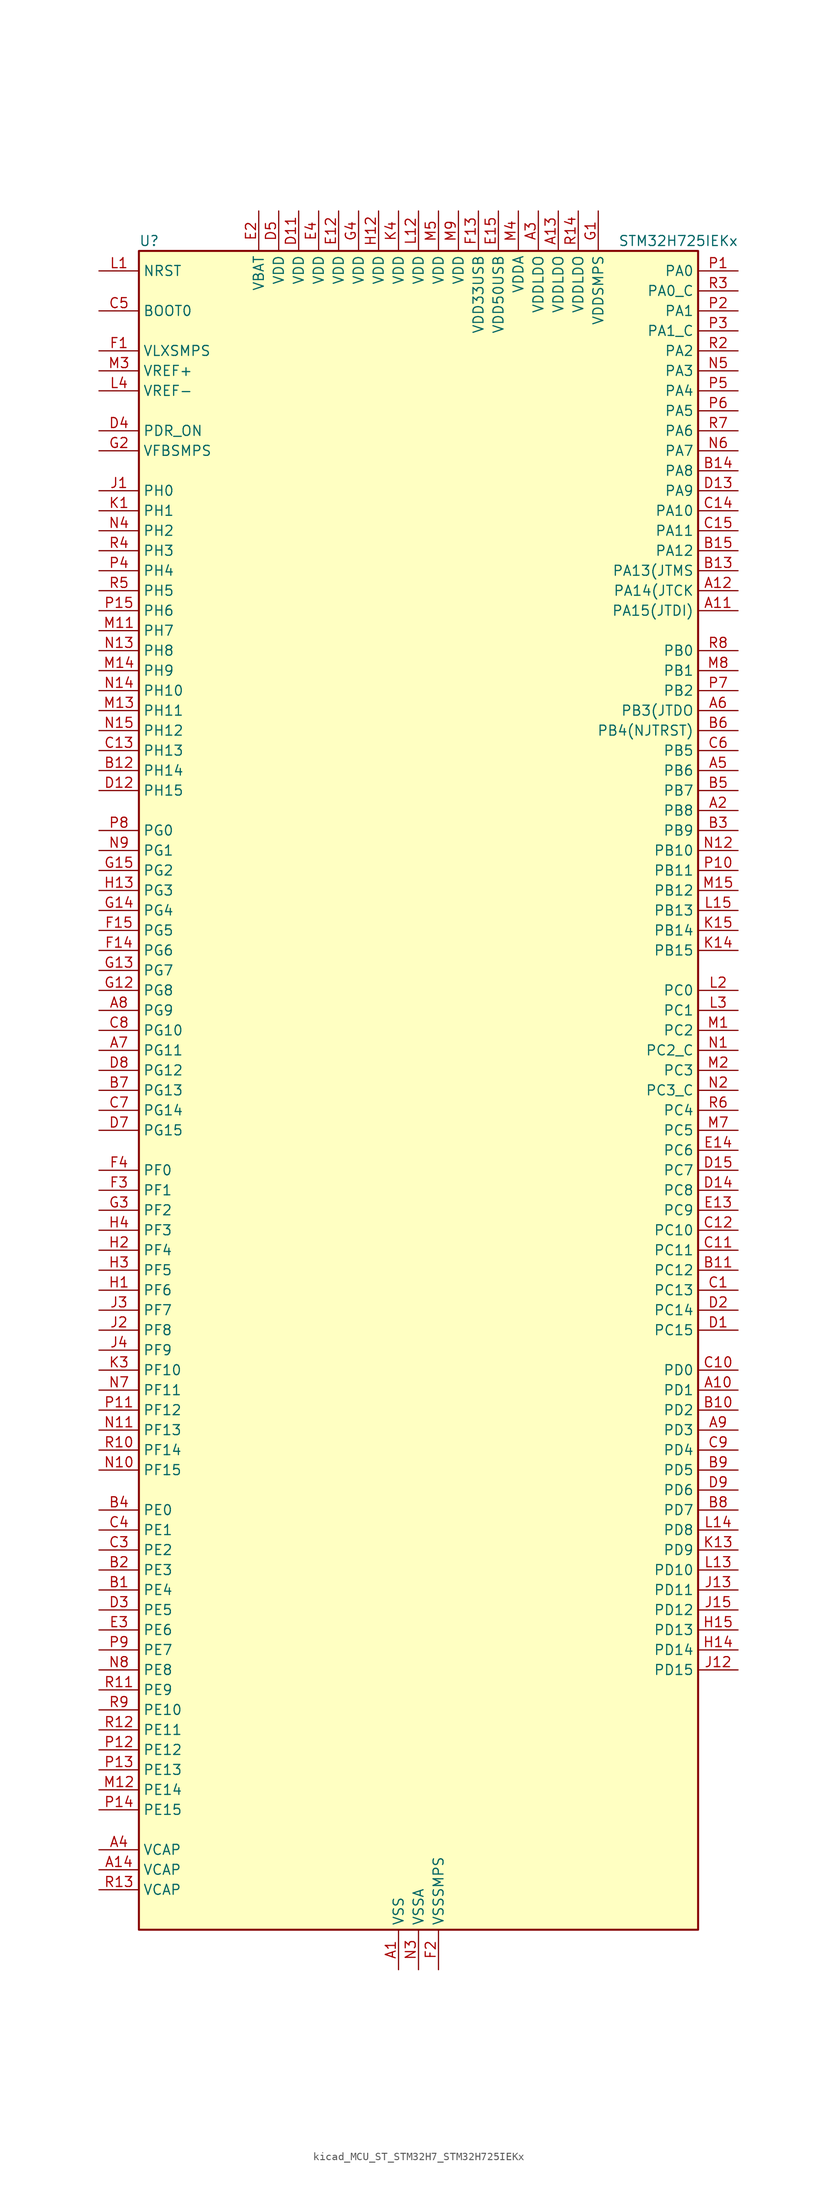
<source format=kicad_sym>
(kicad_symbol_lib
  (version 20220914)
  (generator kicad_symbol_editor)
  (symbol "kicad_MCU_ST_STM32H7_STM32H725IEKx"
    (property "Reference" "U"
      (at -35.56 107.95 0)
      (effects (font (size 1.27 1.27)) (justify left)))
    (property "Value" "STM32H725IEKx"
      (at 25.4 107.95 0)
      (effects (font (size 1.27 1.27)) (justify left)))
    (property "ki_locked" ""
      (at 0 0 0)
      (effects (font (size 1.27 1.27))))
    (symbol "kicad_MCU_ST_STM32H7_STM32H725IEKx_0_1"
      (rectangle (start -35.56 -106.68) (end 35.56 106.68) (stroke (width 0.254) (type default)) (fill (type background))))
    (symbol "kicad_MCU_ST_STM32H7_STM32H725IEKx_1_1"
      (pin power_in line (at -2.54 -111.76 90) (length 5.08) (name "VSS" (effects (font (size 1.27 1.27)))) (number "A1" (effects (font (size 1.27 1.27)))))
      (pin bidirectional line (at 40.64 -38.1 180) (length 5.08) (name "PD1" (effects (font (size 1.27 1.27)))) (number "A10" (effects (font (size 1.27 1.27)))) (alternate "DFSDM1_DATIN6" bidirectional line) (alternate "FDCAN1_TX" bidirectional line) (alternate "FMC_D3" bidirectional line) (alternate "FMC_DA3" bidirectional line) (alternate "UART4_TX" bidirectional line))
      (pin bidirectional line (at 40.64 60.96 180) (length 5.08) (name "PA15(JTDI)" (effects (font (size 1.27 1.27)))) (number "A11" (effects (font (size 1.27 1.27)))) (alternate "ADC1_EXTI15" bidirectional line) (alternate "ADC2_EXTI15" bidirectional line) (alternate "ADC3_EXTI15" bidirectional line) (alternate "CEC" bidirectional line) (alternate "DEBUG_JTDI" bidirectional line) (alternate "I2S1_WS" bidirectional line) (alternate "I2S3_WS" bidirectional line) (alternate "I2S6_WS" bidirectional line) (alternate "LTDC_B6" bidirectional line) (alternate "LTDC_R3" bidirectional line) (alternate "SPI1_NSS" bidirectional line) (alternate "SPI3_NSS" bidirectional line) (alternate "SPI6_NSS" bidirectional line) (alternate "TIM2_CH1" bidirectional line) (alternate "TIM2_ETR" bidirectional line) (alternate "UART4_DE" bidirectional line) (alternate "UART4_RTS" bidirectional line) (alternate "UART7_TX" bidirectional line))
      (pin bidirectional line (at 40.64 63.5 180) (length 5.08) (name "PA14(JTCK" (effects (font (size 1.27 1.27)))) (number "A12" (effects (font (size 1.27 1.27)))) (alternate "DEBUG_JTCK-SWCLK" bidirectional line))
      (pin power_in line (at 17.78 111.76 270) (length 5.08) (name "VDDLDO" (effects (font (size 1.27 1.27)))) (number "A13" (effects (font (size 1.27 1.27)))))
      (pin power_out line (at -40.64 -99.06 0) (length 5.08) (name "VCAP" (effects (font (size 1.27 1.27)))) (number "A14" (effects (font (size 1.27 1.27)))))
      (pin passive line (at -2.54 -111.76 90) (length 5.08) hide (name "VSS" (effects (font (size 1.27 1.27)))) (number "A15" (effects (font (size 1.27 1.27)))))
      (pin bidirectional line (at 40.64 35.56 180) (length 5.08) (name "PB8" (effects (font (size 1.27 1.27)))) (number "A2" (effects (font (size 1.27 1.27)))) (alternate "DCMI_D6" bidirectional line) (alternate "DFSDM1_CKIN7" bidirectional line) (alternate "ETH_TXD3" bidirectional line) (alternate "FDCAN1_RX" bidirectional line) (alternate "I2C1_SCL" bidirectional line) (alternate "I2C4_SCL" bidirectional line) (alternate "LTDC_B6" bidirectional line) (alternate "PSSI_D6" bidirectional line) (alternate "SDMMC1_CKIN" bidirectional line) (alternate "SDMMC1_D4" bidirectional line) (alternate "SDMMC2_D4" bidirectional line) (alternate "TIM16_CH1" bidirectional line) (alternate "TIM4_CH3" bidirectional line) (alternate "UART4_RX" bidirectional line))
      (pin power_in line (at 15.24 111.76 270) (length 5.08) (name "VDDLDO" (effects (font (size 1.27 1.27)))) (number "A3" (effects (font (size 1.27 1.27)))))
      (pin power_out line (at -40.64 -96.52 0) (length 5.08) (name "VCAP" (effects (font (size 1.27 1.27)))) (number "A4" (effects (font (size 1.27 1.27)))))
      (pin bidirectional line (at 40.64 40.64 180) (length 5.08) (name "PB6" (effects (font (size 1.27 1.27)))) (number "A5" (effects (font (size 1.27 1.27)))) (alternate "CEC" bidirectional line) (alternate "DCMI_D5" bidirectional line) (alternate "DFSDM1_DATIN5" bidirectional line) (alternate "FDCAN2_TX" bidirectional line) (alternate "FMC_SDNE1" bidirectional line) (alternate "I2C1_SCL" bidirectional line) (alternate "I2C4_SCL" bidirectional line) (alternate "LPUART1_TX" bidirectional line) (alternate "OCTOSPIM_P1_NCS" bidirectional line) (alternate "PSSI_D5" bidirectional line) (alternate "TIM16_CH1N" bidirectional line) (alternate "TIM4_CH1" bidirectional line) (alternate "UART5_TX" bidirectional line) (alternate "USART1_TX" bidirectional line))
      (pin bidirectional line (at 40.64 48.26 180) (length 5.08) (name "PB3(JTDO" (effects (font (size 1.27 1.27)))) (number "A6" (effects (font (size 1.27 1.27)))) (alternate "CRS_SYNC" bidirectional line) (alternate "DEBUG_JTDO-SWO" bidirectional line) (alternate "I2S1_CK" bidirectional line) (alternate "I2S3_CK" bidirectional line) (alternate "I2S6_CK" bidirectional line) (alternate "SDMMC2_D2" bidirectional line) (alternate "SPI1_SCK" bidirectional line) (alternate "SPI3_SCK" bidirectional line) (alternate "SPI6_SCK" bidirectional line) (alternate "TIM24_ETR" bidirectional line) (alternate "TIM2_CH2" bidirectional line) (alternate "UART7_RX" bidirectional line))
      (pin bidirectional line (at -40.64 5.08 0) (length 5.08) (name "PG11" (effects (font (size 1.27 1.27)))) (number "A7" (effects (font (size 1.27 1.27)))) (alternate "ADC1_EXTI11" bidirectional line) (alternate "ADC2_EXTI11" bidirectional line) (alternate "ADC3_EXTI11" bidirectional line) (alternate "DCMI_D3" bidirectional line) (alternate "ETH_TX_EN" bidirectional line) (alternate "I2S1_CK" bidirectional line) (alternate "LPTIM1_IN2" bidirectional line) (alternate "LTDC_B3" bidirectional line) (alternate "OCTOSPIM_P2_IO7" bidirectional line) (alternate "PSSI_D3" bidirectional line) (alternate "SDMMC2_D2" bidirectional line) (alternate "SPDIFRX1_IN0" bidirectional line) (alternate "SPI1_SCK" bidirectional line) (alternate "USART10_RX" bidirectional line))
      (pin bidirectional line (at -40.64 10.16 0) (length 5.08) (name "PG9" (effects (font (size 1.27 1.27)))) (number "A8" (effects (font (size 1.27 1.27)))) (alternate "DAC1_EXTI9" bidirectional line) (alternate "DCMI_VSYNC" bidirectional line) (alternate "FDCAN3_TX" bidirectional line) (alternate "FMC_NCE" bidirectional line) (alternate "FMC_NE2" bidirectional line) (alternate "I2S1_SDI" bidirectional line) (alternate "OCTOSPIM_P1_IO6" bidirectional line) (alternate "PSSI_RDY" bidirectional line) (alternate "SAI4_FS_B" bidirectional line) (alternate "SDMMC2_D0" bidirectional line) (alternate "SPDIFRX1_IN3" bidirectional line) (alternate "SPI1_MISO" bidirectional line) (alternate "USART6_RX" bidirectional line))
      (pin bidirectional line (at 40.64 -43.18 180) (length 5.08) (name "PD3" (effects (font (size 1.27 1.27)))) (number "A9" (effects (font (size 1.27 1.27)))) (alternate "DCMI_D5" bidirectional line) (alternate "DFSDM1_CKOUT" bidirectional line) (alternate "FMC_CLK" bidirectional line) (alternate "I2S2_CK" bidirectional line) (alternate "LTDC_G7" bidirectional line) (alternate "PSSI_D5" bidirectional line) (alternate "SPI2_SCK" bidirectional line) (alternate "USART2_CTS" bidirectional line) (alternate "USART2_NSS" bidirectional line))
      (pin bidirectional line (at -40.64 -63.5 0) (length 5.08) (name "PE4" (effects (font (size 1.27 1.27)))) (number "B1" (effects (font (size 1.27 1.27)))) (alternate "DCMI_D4" bidirectional line) (alternate "DEBUG_TRACED1" bidirectional line) (alternate "DFSDM1_DATIN3" bidirectional line) (alternate "FMC_A20" bidirectional line) (alternate "LTDC_B0" bidirectional line) (alternate "PSSI_D4" bidirectional line) (alternate "SAI1_D2" bidirectional line) (alternate "SAI1_FS_A" bidirectional line) (alternate "SAI4_D2" bidirectional line) (alternate "SAI4_FS_A" bidirectional line) (alternate "SPI4_NSS" bidirectional line) (alternate "TIM15_CH1N" bidirectional line))
      (pin bidirectional line (at 40.64 -40.64 180) (length 5.08) (name "PD2" (effects (font (size 1.27 1.27)))) (number "B10" (effects (font (size 1.27 1.27)))) (alternate "DCMI_D11" bidirectional line) (alternate "DEBUG_TRACED2" bidirectional line) (alternate "FMC_D7" bidirectional line) (alternate "FMC_DA7" bidirectional line) (alternate "LTDC_B2" bidirectional line) (alternate "LTDC_B7" bidirectional line) (alternate "PSSI_D11" bidirectional line) (alternate "SDMMC1_CMD" bidirectional line) (alternate "TIM15_BKIN" bidirectional line) (alternate "TIM3_ETR" bidirectional line) (alternate "UART5_RX" bidirectional line))
      (pin bidirectional line (at 40.64 -22.86 180) (length 5.08) (name "PC12" (effects (font (size 1.27 1.27)))) (number "B11" (effects (font (size 1.27 1.27)))) (alternate "DCMI_D9" bidirectional line) (alternate "DEBUG_TRACED3" bidirectional line) (alternate "FMC_D6" bidirectional line) (alternate "FMC_DA6" bidirectional line) (alternate "I2C5_SMBA" bidirectional line) (alternate "I2S3_SDO" bidirectional line) (alternate "I2S6_CK" bidirectional line) (alternate "LTDC_R6" bidirectional line) (alternate "PSSI_D9" bidirectional line) (alternate "SDMMC1_CK" bidirectional line) (alternate "SPI3_MOSI" bidirectional line) (alternate "SPI6_SCK" bidirectional line) (alternate "TIM15_CH1" bidirectional line) (alternate "UART5_TX" bidirectional line) (alternate "USART3_CK" bidirectional line))
      (pin bidirectional line (at -40.64 40.64 0) (length 5.08) (name "PH14" (effects (font (size 1.27 1.27)))) (number "B12" (effects (font (size 1.27 1.27)))) (alternate "DCMI_D4" bidirectional line) (alternate "FDCAN1_RX" bidirectional line) (alternate "FMC_D22" bidirectional line) (alternate "LTDC_G3" bidirectional line) (alternate "PSSI_D4" bidirectional line) (alternate "TIM8_CH2N" bidirectional line) (alternate "UART4_RX" bidirectional line))
      (pin bidirectional line (at 40.64 66.04 180) (length 5.08) (name "PA13(JTMS" (effects (font (size 1.27 1.27)))) (number "B13" (effects (font (size 1.27 1.27)))) (alternate "DEBUG_JTMS-SWDIO" bidirectional line))
      (pin bidirectional line (at 40.64 78.74 180) (length 5.08) (name "PA8" (effects (font (size 1.27 1.27)))) (number "B14" (effects (font (size 1.27 1.27)))) (alternate "I2C3_SCL" bidirectional line) (alternate "I2C5_SCL" bidirectional line) (alternate "LTDC_B3" bidirectional line) (alternate "LTDC_R6" bidirectional line) (alternate "RCC_MCO_1" bidirectional line) (alternate "TIM1_CH1" bidirectional line) (alternate "TIM8_BKIN2" bidirectional line) (alternate "TIM8_BKIN2_COMP1" bidirectional line) (alternate "TIM8_BKIN2_COMP2" bidirectional line) (alternate "UART7_RX" bidirectional line) (alternate "USART1_CK" bidirectional line) (alternate "USB_OTG_HS_SOF" bidirectional line))
      (pin bidirectional line (at 40.64 68.58 180) (length 5.08) (name "PA12" (effects (font (size 1.27 1.27)))) (number "B15" (effects (font (size 1.27 1.27)))) (alternate "FDCAN1_TX" bidirectional line) (alternate "I2S2_CK" bidirectional line) (alternate "LPUART1_DE" bidirectional line) (alternate "LPUART1_RTS" bidirectional line) (alternate "LTDC_R5" bidirectional line) (alternate "SAI4_FS_B" bidirectional line) (alternate "SPI2_SCK" bidirectional line) (alternate "TIM1_BKIN2" bidirectional line) (alternate "TIM1_ETR" bidirectional line) (alternate "UART4_TX" bidirectional line) (alternate "USART1_DE" bidirectional line) (alternate "USART1_RTS" bidirectional line) (alternate "USB_OTG_HS_DP" bidirectional line))
      (pin bidirectional line (at -40.64 -60.96 0) (length 5.08) (name "PE3" (effects (font (size 1.27 1.27)))) (number "B2" (effects (font (size 1.27 1.27)))) (alternate "DEBUG_TRACED0" bidirectional line) (alternate "FMC_A19" bidirectional line) (alternate "SAI1_SD_B" bidirectional line) (alternate "SAI4_SD_B" bidirectional line) (alternate "TIM15_BKIN" bidirectional line) (alternate "USART10_TX" bidirectional line))
      (pin bidirectional line (at 40.64 33.02 180) (length 5.08) (name "PB9" (effects (font (size 1.27 1.27)))) (number "B3" (effects (font (size 1.27 1.27)))) (alternate "DAC1_EXTI9" bidirectional line) (alternate "DCMI_D7" bidirectional line) (alternate "DFSDM1_DATIN7" bidirectional line) (alternate "FDCAN1_TX" bidirectional line) (alternate "I2C1_SDA" bidirectional line) (alternate "I2C4_SDA" bidirectional line) (alternate "I2C4_SMBA" bidirectional line) (alternate "I2S2_WS" bidirectional line) (alternate "LTDC_B7" bidirectional line) (alternate "PSSI_D7" bidirectional line) (alternate "SDMMC1_CDIR" bidirectional line) (alternate "SDMMC1_D5" bidirectional line) (alternate "SDMMC2_D5" bidirectional line) (alternate "SPI2_NSS" bidirectional line) (alternate "TIM17_CH1" bidirectional line) (alternate "TIM4_CH4" bidirectional line) (alternate "UART4_TX" bidirectional line))
      (pin bidirectional line (at -40.64 -53.34 0) (length 5.08) (name "PE0" (effects (font (size 1.27 1.27)))) (number "B4" (effects (font (size 1.27 1.27)))) (alternate "DCMI_D2" bidirectional line) (alternate "FMC_NBL0" bidirectional line) (alternate "LPTIM1_ETR" bidirectional line) (alternate "LPTIM2_ETR" bidirectional line) (alternate "LTDC_R0" bidirectional line) (alternate "PSSI_D2" bidirectional line) (alternate "SAI4_MCLK_A" bidirectional line) (alternate "TIM4_ETR" bidirectional line) (alternate "UART8_RX" bidirectional line))
      (pin bidirectional line (at 40.64 38.1 180) (length 5.08) (name "PB7" (effects (font (size 1.27 1.27)))) (number "B5" (effects (font (size 1.27 1.27)))) (alternate "DCMI_VSYNC" bidirectional line) (alternate "DFSDM1_CKIN5" bidirectional line) (alternate "FMC_NL" bidirectional line) (alternate "I2C1_SDA" bidirectional line) (alternate "I2C4_SDA" bidirectional line) (alternate "LPUART1_RX" bidirectional line) (alternate "PSSI_RDY" bidirectional line) (alternate "PWR_PVD_IN" bidirectional line) (alternate "TIM17_CH1N" bidirectional line) (alternate "TIM4_CH2" bidirectional line) (alternate "USART1_RX" bidirectional line))
      (pin bidirectional line (at 40.64 45.72 180) (length 5.08) (name "PB4(NJTRST)" (effects (font (size 1.27 1.27)))) (number "B6" (effects (font (size 1.27 1.27)))) (alternate "DEBUG_JTRST" bidirectional line) (alternate "I2S1_SDI" bidirectional line) (alternate "I2S2_WS" bidirectional line) (alternate "I2S3_SDI" bidirectional line) (alternate "I2S6_SDI" bidirectional line) (alternate "SDMMC2_D3" bidirectional line) (alternate "SPI1_MISO" bidirectional line) (alternate "SPI2_NSS" bidirectional line) (alternate "SPI3_MISO" bidirectional line) (alternate "SPI6_MISO" bidirectional line) (alternate "TIM16_BKIN" bidirectional line) (alternate "TIM3_CH1" bidirectional line) (alternate "UART7_TX" bidirectional line))
      (pin bidirectional line (at -40.64 0 0) (length 5.08) (name "PG13" (effects (font (size 1.27 1.27)))) (number "B7" (effects (font (size 1.27 1.27)))) (alternate "DEBUG_TRACED0" bidirectional line) (alternate "ETH_TXD0" bidirectional line) (alternate "FMC_A24" bidirectional line) (alternate "I2S6_CK" bidirectional line) (alternate "LPTIM1_OUT" bidirectional line) (alternate "LTDC_R0" bidirectional line) (alternate "SDMMC2_D6" bidirectional line) (alternate "SPI6_SCK" bidirectional line) (alternate "TIM23_CH2" bidirectional line) (alternate "USART10_CTS" bidirectional line) (alternate "USART10_NSS" bidirectional line) (alternate "USART6_CTS" bidirectional line) (alternate "USART6_NSS" bidirectional line))
      (pin bidirectional line (at 40.64 -53.34 180) (length 5.08) (name "PD7" (effects (font (size 1.27 1.27)))) (number "B8" (effects (font (size 1.27 1.27)))) (alternate "DFSDM1_CKIN1" bidirectional line) (alternate "DFSDM1_DATIN4" bidirectional line) (alternate "FMC_NE1" bidirectional line) (alternate "I2S1_SDO" bidirectional line) (alternate "OCTOSPIM_P1_IO7" bidirectional line) (alternate "SDMMC2_CMD" bidirectional line) (alternate "SPDIFRX1_IN0" bidirectional line) (alternate "SPI1_MOSI" bidirectional line) (alternate "USART2_CK" bidirectional line))
      (pin bidirectional line (at 40.64 -48.26 180) (length 5.08) (name "PD5" (effects (font (size 1.27 1.27)))) (number "B9" (effects (font (size 1.27 1.27)))) (alternate "FMC_NWE" bidirectional line) (alternate "OCTOSPIM_P1_IO5" bidirectional line) (alternate "USART2_TX" bidirectional line))
      (pin bidirectional line (at 40.64 -25.4 180) (length 5.08) (name "PC13" (effects (font (size 1.27 1.27)))) (number "C1" (effects (font (size 1.27 1.27)))) (alternate "PWR_WKUP4" bidirectional line) (alternate "RTC_OUT_ALARM" bidirectional line) (alternate "RTC_OUT_CALIB" bidirectional line) (alternate "RTC_TAMP1" bidirectional line) (alternate "RTC_TS" bidirectional line))
      (pin bidirectional line (at 40.64 -35.56 180) (length 5.08) (name "PD0" (effects (font (size 1.27 1.27)))) (number "C10" (effects (font (size 1.27 1.27)))) (alternate "DFSDM1_CKIN6" bidirectional line) (alternate "FDCAN1_RX" bidirectional line) (alternate "FMC_D2" bidirectional line) (alternate "FMC_DA2" bidirectional line) (alternate "LTDC_B1" bidirectional line) (alternate "UART4_RX" bidirectional line) (alternate "UART9_CTS" bidirectional line))
      (pin bidirectional line (at 40.64 -20.32 180) (length 5.08) (name "PC11" (effects (font (size 1.27 1.27)))) (number "C11" (effects (font (size 1.27 1.27)))) (alternate "ADC1_EXTI11" bidirectional line) (alternate "ADC2_EXTI11" bidirectional line) (alternate "ADC3_EXTI11" bidirectional line) (alternate "DCMI_D4" bidirectional line) (alternate "DFSDM1_DATIN5" bidirectional line) (alternate "I2C5_SCL" bidirectional line) (alternate "I2S3_SDI" bidirectional line) (alternate "LTDC_B4" bidirectional line) (alternate "OCTOSPIM_P1_NCS" bidirectional line) (alternate "PSSI_D4" bidirectional line) (alternate "SDMMC1_D3" bidirectional line) (alternate "SPI3_MISO" bidirectional line) (alternate "UART4_RX" bidirectional line) (alternate "USART3_RX" bidirectional line))
      (pin bidirectional line (at 40.64 -17.78 180) (length 5.08) (name "PC10" (effects (font (size 1.27 1.27)))) (number "C12" (effects (font (size 1.27 1.27)))) (alternate "DCMI_D8" bidirectional line) (alternate "DFSDM1_CKIN5" bidirectional line) (alternate "I2C5_SDA" bidirectional line) (alternate "I2S3_CK" bidirectional line) (alternate "LTDC_B1" bidirectional line) (alternate "LTDC_R2" bidirectional line) (alternate "OCTOSPIM_P1_IO1" bidirectional line) (alternate "PSSI_D8" bidirectional line) (alternate "SDMMC1_D2" bidirectional line) (alternate "SPI3_SCK" bidirectional line) (alternate "SWPMI1_RX" bidirectional line) (alternate "UART4_TX" bidirectional line) (alternate "USART3_TX" bidirectional line))
      (pin bidirectional line (at -40.64 43.18 0) (length 5.08) (name "PH13" (effects (font (size 1.27 1.27)))) (number "C13" (effects (font (size 1.27 1.27)))) (alternate "FDCAN1_TX" bidirectional line) (alternate "FMC_D21" bidirectional line) (alternate "LTDC_G2" bidirectional line) (alternate "TIM8_CH1N" bidirectional line) (alternate "UART4_TX" bidirectional line))
      (pin bidirectional line (at 40.64 73.66 180) (length 5.08) (name "PA10" (effects (font (size 1.27 1.27)))) (number "C14" (effects (font (size 1.27 1.27)))) (alternate "DCMI_D1" bidirectional line) (alternate "LPUART1_RX" bidirectional line) (alternate "LTDC_B1" bidirectional line) (alternate "LTDC_B4" bidirectional line) (alternate "MDIOS_MDIO" bidirectional line) (alternate "PSSI_D1" bidirectional line) (alternate "TIM1_CH3" bidirectional line) (alternate "USART1_RX" bidirectional line) (alternate "USB_OTG_HS_ID" bidirectional line))
      (pin bidirectional line (at 40.64 71.12 180) (length 5.08) (name "PA11" (effects (font (size 1.27 1.27)))) (number "C15" (effects (font (size 1.27 1.27)))) (alternate "ADC1_EXTI11" bidirectional line) (alternate "ADC2_EXTI11" bidirectional line) (alternate "ADC3_EXTI11" bidirectional line) (alternate "FDCAN1_RX" bidirectional line) (alternate "I2S2_WS" bidirectional line) (alternate "LPUART1_CTS" bidirectional line) (alternate "LTDC_R4" bidirectional line) (alternate "SPI2_NSS" bidirectional line) (alternate "TIM1_CH4" bidirectional line) (alternate "UART4_RX" bidirectional line) (alternate "USART1_CTS" bidirectional line) (alternate "USART1_NSS" bidirectional line) (alternate "USB_OTG_HS_DM" bidirectional line))
      (pin passive line (at -2.54 -111.76 90) (length 5.08) hide (name "VSS" (effects (font (size 1.27 1.27)))) (number "C2" (effects (font (size 1.27 1.27)))))
      (pin bidirectional line (at -40.64 -58.42 0) (length 5.08) (name "PE2" (effects (font (size 1.27 1.27)))) (number "C3" (effects (font (size 1.27 1.27)))) (alternate "DEBUG_TRACECLK" bidirectional line) (alternate "ETH_TXD3" bidirectional line) (alternate "FMC_A23" bidirectional line) (alternate "OCTOSPIM_P1_IO2" bidirectional line) (alternate "SAI1_CK1" bidirectional line) (alternate "SAI1_MCLK_A" bidirectional line) (alternate "SAI4_CK1" bidirectional line) (alternate "SAI4_MCLK_A" bidirectional line) (alternate "SPI4_SCK" bidirectional line) (alternate "USART10_RX" bidirectional line))
      (pin bidirectional line (at -40.64 -55.88 0) (length 5.08) (name "PE1" (effects (font (size 1.27 1.27)))) (number "C4" (effects (font (size 1.27 1.27)))) (alternate "DCMI_D3" bidirectional line) (alternate "FMC_NBL1" bidirectional line) (alternate "LPTIM1_IN2" bidirectional line) (alternate "LTDC_R6" bidirectional line) (alternate "PSSI_D3" bidirectional line) (alternate "UART8_TX" bidirectional line))
      (pin input line (at -40.64 99.06 0) (length 5.08) (name "BOOT0" (effects (font (size 1.27 1.27)))) (number "C5" (effects (font (size 1.27 1.27)))))
      (pin bidirectional line (at 40.64 43.18 180) (length 5.08) (name "PB5" (effects (font (size 1.27 1.27)))) (number "C6" (effects (font (size 1.27 1.27)))) (alternate "DCMI_D10" bidirectional line) (alternate "ETH_PPS_OUT" bidirectional line) (alternate "FDCAN2_RX" bidirectional line) (alternate "FMC_SDCKE1" bidirectional line) (alternate "I2C1_SMBA" bidirectional line) (alternate "I2C4_SMBA" bidirectional line) (alternate "I2S1_SDO" bidirectional line) (alternate "I2S3_SDO" bidirectional line) (alternate "I2S6_SDO" bidirectional line) (alternate "LTDC_B5" bidirectional line) (alternate "PSSI_D10" bidirectional line) (alternate "SPI1_MOSI" bidirectional line) (alternate "SPI3_MOSI" bidirectional line) (alternate "SPI6_MOSI" bidirectional line) (alternate "TIM17_BKIN" bidirectional line) (alternate "TIM3_CH2" bidirectional line) (alternate "UART5_RX" bidirectional line) (alternate "USB_OTG_HS_ULPI_D7" bidirectional line))
      (pin bidirectional line (at -40.64 -2.54 0) (length 5.08) (name "PG14" (effects (font (size 1.27 1.27)))) (number "C7" (effects (font (size 1.27 1.27)))) (alternate "DEBUG_TRACED1" bidirectional line) (alternate "ETH_TXD1" bidirectional line) (alternate "FMC_A25" bidirectional line) (alternate "I2S6_SDO" bidirectional line) (alternate "LPTIM1_ETR" bidirectional line) (alternate "LTDC_B0" bidirectional line) (alternate "OCTOSPIM_P1_IO7" bidirectional line) (alternate "SDMMC2_D7" bidirectional line) (alternate "SPI6_MOSI" bidirectional line) (alternate "TIM23_CH3" bidirectional line) (alternate "USART10_DE" bidirectional line) (alternate "USART10_RTS" bidirectional line) (alternate "USART6_TX" bidirectional line))
      (pin bidirectional line (at -40.64 7.62 0) (length 5.08) (name "PG10" (effects (font (size 1.27 1.27)))) (number "C8" (effects (font (size 1.27 1.27)))) (alternate "DCMI_D2" bidirectional line) (alternate "FDCAN3_RX" bidirectional line) (alternate "FMC_NE3" bidirectional line) (alternate "I2S1_WS" bidirectional line) (alternate "LTDC_B2" bidirectional line) (alternate "LTDC_G3" bidirectional line) (alternate "OCTOSPIM_P2_IO6" bidirectional line) (alternate "PSSI_D2" bidirectional line) (alternate "SAI4_SD_B" bidirectional line) (alternate "SDMMC2_D1" bidirectional line) (alternate "SPI1_NSS" bidirectional line))
      (pin bidirectional line (at 40.64 -45.72 180) (length 5.08) (name "PD4" (effects (font (size 1.27 1.27)))) (number "C9" (effects (font (size 1.27 1.27)))) (alternate "FMC_NOE" bidirectional line) (alternate "OCTOSPIM_P1_IO4" bidirectional line) (alternate "USART2_DE" bidirectional line) (alternate "USART2_RTS" bidirectional line))
      (pin bidirectional line (at 40.64 -30.48 180) (length 5.08) (name "PC15" (effects (font (size 1.27 1.27)))) (number "D1" (effects (font (size 1.27 1.27)))) (alternate "ADC1_EXTI15" bidirectional line) (alternate "ADC2_EXTI15" bidirectional line) (alternate "ADC3_EXTI15" bidirectional line) (alternate "RCC_OSC32_OUT" bidirectional line))
      (pin passive line (at -2.54 -111.76 90) (length 5.08) hide (name "VSS" (effects (font (size 1.27 1.27)))) (number "D10" (effects (font (size 1.27 1.27)))))
      (pin power_in line (at -15.24 111.76 270) (length 5.08) (name "VDD" (effects (font (size 1.27 1.27)))) (number "D11" (effects (font (size 1.27 1.27)))))
      (pin bidirectional line (at -40.64 38.1 0) (length 5.08) (name "PH15" (effects (font (size 1.27 1.27)))) (number "D12" (effects (font (size 1.27 1.27)))) (alternate "ADC1_EXTI15" bidirectional line) (alternate "ADC2_EXTI15" bidirectional line) (alternate "ADC3_EXTI15" bidirectional line) (alternate "DCMI_D11" bidirectional line) (alternate "FMC_D23" bidirectional line) (alternate "LTDC_G4" bidirectional line) (alternate "PSSI_D11" bidirectional line) (alternate "TIM8_CH3N" bidirectional line))
      (pin bidirectional line (at 40.64 76.2 180) (length 5.08) (name "PA9" (effects (font (size 1.27 1.27)))) (number "D13" (effects (font (size 1.27 1.27)))) (alternate "DAC1_EXTI9" bidirectional line) (alternate "DCMI_D0" bidirectional line) (alternate "ETH_TX_ER" bidirectional line) (alternate "I2C3_SMBA" bidirectional line) (alternate "I2C5_SMBA" bidirectional line) (alternate "I2S2_CK" bidirectional line) (alternate "LPUART1_TX" bidirectional line) (alternate "LTDC_R5" bidirectional line) (alternate "PSSI_D0" bidirectional line) (alternate "SPI2_SCK" bidirectional line) (alternate "TIM1_CH2" bidirectional line) (alternate "USART1_TX" bidirectional line) (alternate "USB_OTG_HS_VBUS" bidirectional line))
      (pin bidirectional line (at 40.64 -12.7 180) (length 5.08) (name "PC8" (effects (font (size 1.27 1.27)))) (number "D14" (effects (font (size 1.27 1.27)))) (alternate "DCMI_D2" bidirectional line) (alternate "DEBUG_TRACED1" bidirectional line) (alternate "FMC_INT" bidirectional line) (alternate "FMC_NCE" bidirectional line) (alternate "FMC_NE2" bidirectional line) (alternate "PSSI_D2" bidirectional line) (alternate "SDMMC1_D0" bidirectional line) (alternate "SWPMI1_RX" bidirectional line) (alternate "TIM3_CH3" bidirectional line) (alternate "TIM8_CH3" bidirectional line) (alternate "UART5_DE" bidirectional line) (alternate "UART5_RTS" bidirectional line) (alternate "USART6_CK" bidirectional line))
      (pin bidirectional line (at 40.64 -10.16 180) (length 5.08) (name "PC7" (effects (font (size 1.27 1.27)))) (number "D15" (effects (font (size 1.27 1.27)))) (alternate "DCMI_D1" bidirectional line) (alternate "DEBUG_TRGIO" bidirectional line) (alternate "DFSDM1_DATIN3" bidirectional line) (alternate "FMC_NE1" bidirectional line) (alternate "I2S3_MCK" bidirectional line) (alternate "LTDC_G6" bidirectional line) (alternate "PSSI_D1" bidirectional line) (alternate "SDMMC1_D123DIR" bidirectional line) (alternate "SDMMC1_D7" bidirectional line) (alternate "SDMMC2_D7" bidirectional line) (alternate "SWPMI1_TX" bidirectional line) (alternate "TIM3_CH2" bidirectional line) (alternate "TIM8_CH2" bidirectional line) (alternate "USART6_RX" bidirectional line))
      (pin bidirectional line (at 40.64 -27.94 180) (length 5.08) (name "PC14" (effects (font (size 1.27 1.27)))) (number "D2" (effects (font (size 1.27 1.27)))) (alternate "RCC_OSC32_IN" bidirectional line))
      (pin bidirectional line (at -40.64 -66.04 0) (length 5.08) (name "PE5" (effects (font (size 1.27 1.27)))) (number "D3" (effects (font (size 1.27 1.27)))) (alternate "DCMI_D6" bidirectional line) (alternate "DEBUG_TRACED2" bidirectional line) (alternate "DFSDM1_CKIN3" bidirectional line) (alternate "FMC_A21" bidirectional line) (alternate "LTDC_G0" bidirectional line) (alternate "PSSI_D6" bidirectional line) (alternate "SAI1_CK2" bidirectional line) (alternate "SAI1_SCK_A" bidirectional line) (alternate "SAI4_CK2" bidirectional line) (alternate "SAI4_SCK_A" bidirectional line) (alternate "SPI4_MISO" bidirectional line) (alternate "TIM15_CH1" bidirectional line))
      (pin input line (at -40.64 83.82 0) (length 5.08) (name "PDR_ON" (effects (font (size 1.27 1.27)))) (number "D4" (effects (font (size 1.27 1.27)))))
      (pin power_in line (at -17.78 111.76 270) (length 5.08) (name "VDD" (effects (font (size 1.27 1.27)))) (number "D5" (effects (font (size 1.27 1.27)))))
      (pin passive line (at -2.54 -111.76 90) (length 5.08) hide (name "VSS" (effects (font (size 1.27 1.27)))) (number "D6" (effects (font (size 1.27 1.27)))))
      (pin bidirectional line (at -40.64 -5.08 0) (length 5.08) (name "PG15" (effects (font (size 1.27 1.27)))) (number "D7" (effects (font (size 1.27 1.27)))) (alternate "ADC1_EXTI15" bidirectional line) (alternate "ADC2_EXTI15" bidirectional line) (alternate "ADC3_EXTI15" bidirectional line) (alternate "DCMI_D13" bidirectional line) (alternate "FMC_SDNCAS" bidirectional line) (alternate "OCTOSPIM_P2_DQS" bidirectional line) (alternate "PSSI_D13" bidirectional line) (alternate "USART10_CK" bidirectional line) (alternate "USART6_CTS" bidirectional line) (alternate "USART6_NSS" bidirectional line))
      (pin bidirectional line (at -40.64 2.54 0) (length 5.08) (name "PG12" (effects (font (size 1.27 1.27)))) (number "D8" (effects (font (size 1.27 1.27)))) (alternate "ETH_TXD1" bidirectional line) (alternate "FMC_NE4" bidirectional line) (alternate "I2S6_SDI" bidirectional line) (alternate "LPTIM1_IN1" bidirectional line) (alternate "LTDC_B1" bidirectional line) (alternate "LTDC_B4" bidirectional line) (alternate "OCTOSPIM_P2_NCS" bidirectional line) (alternate "SDMMC2_D3" bidirectional line) (alternate "SPDIFRX1_IN1" bidirectional line) (alternate "SPI6_MISO" bidirectional line) (alternate "TIM23_CH1" bidirectional line) (alternate "USART10_TX" bidirectional line) (alternate "USART6_DE" bidirectional line) (alternate "USART6_RTS" bidirectional line))
      (pin bidirectional line (at 40.64 -50.8 180) (length 5.08) (name "PD6" (effects (font (size 1.27 1.27)))) (number "D9" (effects (font (size 1.27 1.27)))) (alternate "DCMI_D10" bidirectional line) (alternate "DFSDM1_CKIN4" bidirectional line) (alternate "DFSDM1_DATIN1" bidirectional line) (alternate "FMC_NWAIT" bidirectional line) (alternate "I2S3_SDO" bidirectional line) (alternate "LTDC_B2" bidirectional line) (alternate "OCTOSPIM_P1_IO6" bidirectional line) (alternate "PSSI_D10" bidirectional line) (alternate "SAI1_D1" bidirectional line) (alternate "SAI1_SD_A" bidirectional line) (alternate "SAI4_D1" bidirectional line) (alternate "SAI4_SD_A" bidirectional line) (alternate "SDMMC2_CK" bidirectional line) (alternate "SPI3_MOSI" bidirectional line) (alternate "USART2_RX" bidirectional line))
      (pin passive line (at -2.54 -111.76 90) (length 5.08) hide (name "VSS" (effects (font (size 1.27 1.27)))) (number "E1" (effects (font (size 1.27 1.27)))))
      (pin power_in line (at -10.16 111.76 270) (length 5.08) (name "VDD" (effects (font (size 1.27 1.27)))) (number "E12" (effects (font (size 1.27 1.27)))))
      (pin bidirectional line (at 40.64 -15.24 180) (length 5.08) (name "PC9" (effects (font (size 1.27 1.27)))) (number "E13" (effects (font (size 1.27 1.27)))) (alternate "DAC1_EXTI9" bidirectional line) (alternate "DCMI_D3" bidirectional line) (alternate "I2C3_SDA" bidirectional line) (alternate "I2C5_SDA" bidirectional line) (alternate "I2S_CKIN" bidirectional line) (alternate "LTDC_B2" bidirectional line) (alternate "LTDC_G3" bidirectional line) (alternate "OCTOSPIM_P1_IO0" bidirectional line) (alternate "PSSI_D3" bidirectional line) (alternate "RCC_MCO_2" bidirectional line) (alternate "SDMMC1_D1" bidirectional line) (alternate "SWPMI1_SUSPEND" bidirectional line) (alternate "TIM3_CH4" bidirectional line) (alternate "TIM8_CH4" bidirectional line) (alternate "UART5_CTS" bidirectional line))
      (pin bidirectional line (at 40.64 -7.62 180) (length 5.08) (name "PC6" (effects (font (size 1.27 1.27)))) (number "E14" (effects (font (size 1.27 1.27)))) (alternate "DCMI_D0" bidirectional line) (alternate "DFSDM1_CKIN3" bidirectional line) (alternate "FMC_NWAIT" bidirectional line) (alternate "I2S2_MCK" bidirectional line) (alternate "LTDC_HSYNC" bidirectional line) (alternate "PSSI_D0" bidirectional line) (alternate "SDMMC1_D0DIR" bidirectional line) (alternate "SDMMC1_D6" bidirectional line) (alternate "SDMMC2_D6" bidirectional line) (alternate "SWPMI1_IO" bidirectional line) (alternate "TIM3_CH1" bidirectional line) (alternate "TIM8_CH1" bidirectional line) (alternate "USART6_TX" bidirectional line))
      (pin power_in line (at 10.16 111.76 270) (length 5.08) (name "VDD50USB" (effects (font (size 1.27 1.27)))) (number "E15" (effects (font (size 1.27 1.27)))))
      (pin power_in line (at -20.32 111.76 270) (length 5.08) (name "VBAT" (effects (font (size 1.27 1.27)))) (number "E2" (effects (font (size 1.27 1.27)))))
      (pin bidirectional line (at -40.64 -68.58 0) (length 5.08) (name "PE6" (effects (font (size 1.27 1.27)))) (number "E3" (effects (font (size 1.27 1.27)))) (alternate "DCMI_D7" bidirectional line) (alternate "DEBUG_TRACED3" bidirectional line) (alternate "FMC_A22" bidirectional line) (alternate "LTDC_G1" bidirectional line) (alternate "PSSI_D7" bidirectional line) (alternate "SAI1_D1" bidirectional line) (alternate "SAI1_SD_A" bidirectional line) (alternate "SAI4_D1" bidirectional line) (alternate "SAI4_MCLK_B" bidirectional line) (alternate "SAI4_SD_A" bidirectional line) (alternate "SPI4_MOSI" bidirectional line) (alternate "TIM15_CH2" bidirectional line) (alternate "TIM1_BKIN2" bidirectional line) (alternate "TIM1_BKIN2_COMP1" bidirectional line) (alternate "TIM1_BKIN2_COMP2" bidirectional line))
      (pin power_in line (at -12.7 111.76 270) (length 5.08) (name "VDD" (effects (font (size 1.27 1.27)))) (number "E4" (effects (font (size 1.27 1.27)))))
      (pin power_in line (at -40.64 93.98 0) (length 5.08) (name "VLXSMPS" (effects (font (size 1.27 1.27)))) (number "F1" (effects (font (size 1.27 1.27)))))
      (pin passive line (at -2.54 -111.76 90) (length 5.08) hide (name "VSS" (effects (font (size 1.27 1.27)))) (number "F10" (effects (font (size 1.27 1.27)))))
      (pin passive line (at -2.54 -111.76 90) (length 5.08) hide (name "VSS" (effects (font (size 1.27 1.27)))) (number "F12" (effects (font (size 1.27 1.27)))))
      (pin power_in line (at 7.62 111.76 270) (length 5.08) (name "VDD33USB" (effects (font (size 1.27 1.27)))) (number "F13" (effects (font (size 1.27 1.27)))))
      (pin bidirectional line (at -40.64 17.78 0) (length 5.08) (name "PG6" (effects (font (size 1.27 1.27)))) (number "F14" (effects (font (size 1.27 1.27)))) (alternate "DCMI_D12" bidirectional line) (alternate "FMC_NE3" bidirectional line) (alternate "LTDC_R7" bidirectional line) (alternate "OCTOSPIM_P1_NCS" bidirectional line) (alternate "PSSI_D12" bidirectional line) (alternate "TIM17_BKIN" bidirectional line))
      (pin bidirectional line (at -40.64 20.32 0) (length 5.08) (name "PG5" (effects (font (size 1.27 1.27)))) (number "F15" (effects (font (size 1.27 1.27)))) (alternate "FMC_A15" bidirectional line) (alternate "FMC_BA1" bidirectional line) (alternate "TIM1_ETR" bidirectional line))
      (pin power_in line (at 2.54 -111.76 90) (length 5.08) (name "VSSSMPS" (effects (font (size 1.27 1.27)))) (number "F2" (effects (font (size 1.27 1.27)))))
      (pin bidirectional line (at -40.64 -12.7 0) (length 5.08) (name "PF1" (effects (font (size 1.27 1.27)))) (number "F3" (effects (font (size 1.27 1.27)))) (alternate "FMC_A1" bidirectional line) (alternate "I2C2_SCL" bidirectional line) (alternate "I2C5_SCL" bidirectional line) (alternate "OCTOSPIM_P2_IO1" bidirectional line) (alternate "TIM23_CH2" bidirectional line))
      (pin bidirectional line (at -40.64 -10.16 0) (length 5.08) (name "PF0" (effects (font (size 1.27 1.27)))) (number "F4" (effects (font (size 1.27 1.27)))) (alternate "FMC_A0" bidirectional line) (alternate "I2C2_SDA" bidirectional line) (alternate "I2C5_SDA" bidirectional line) (alternate "OCTOSPIM_P2_IO0" bidirectional line) (alternate "TIM23_CH1" bidirectional line))
      (pin passive line (at -2.54 -111.76 90) (length 5.08) hide (name "VSS" (effects (font (size 1.27 1.27)))) (number "F6" (effects (font (size 1.27 1.27)))))
      (pin passive line (at -2.54 -111.76 90) (length 5.08) hide (name "VSS" (effects (font (size 1.27 1.27)))) (number "F7" (effects (font (size 1.27 1.27)))))
      (pin passive line (at -2.54 -111.76 90) (length 5.08) hide (name "VSS" (effects (font (size 1.27 1.27)))) (number "F8" (effects (font (size 1.27 1.27)))))
      (pin passive line (at -2.54 -111.76 90) (length 5.08) hide (name "VSS" (effects (font (size 1.27 1.27)))) (number "F9" (effects (font (size 1.27 1.27)))))
      (pin power_in line (at 22.86 111.76 270) (length 5.08) (name "VDDSMPS" (effects (font (size 1.27 1.27)))) (number "G1" (effects (font (size 1.27 1.27)))))
      (pin passive line (at -2.54 -111.76 90) (length 5.08) hide (name "VSS" (effects (font (size 1.27 1.27)))) (number "G10" (effects (font (size 1.27 1.27)))))
      (pin bidirectional line (at -40.64 12.7 0) (length 5.08) (name "PG8" (effects (font (size 1.27 1.27)))) (number "G12" (effects (font (size 1.27 1.27)))) (alternate "ETH_PPS_OUT" bidirectional line) (alternate "FMC_SDCLK" bidirectional line) (alternate "I2S6_WS" bidirectional line) (alternate "LTDC_G7" bidirectional line) (alternate "SPDIFRX1_IN2" bidirectional line) (alternate "SPI6_NSS" bidirectional line) (alternate "TIM8_ETR" bidirectional line) (alternate "USART6_DE" bidirectional line) (alternate "USART6_RTS" bidirectional line))
      (pin bidirectional line (at -40.64 15.24 0) (length 5.08) (name "PG7" (effects (font (size 1.27 1.27)))) (number "G13" (effects (font (size 1.27 1.27)))) (alternate "DCMI_D13" bidirectional line) (alternate "FMC_INT" bidirectional line) (alternate "LTDC_CLK" bidirectional line) (alternate "OCTOSPIM_P2_DQS" bidirectional line) (alternate "PSSI_D13" bidirectional line) (alternate "SAI1_MCLK_A" bidirectional line) (alternate "USART6_CK" bidirectional line))
      (pin bidirectional line (at -40.64 22.86 0) (length 5.08) (name "PG4" (effects (font (size 1.27 1.27)))) (number "G14" (effects (font (size 1.27 1.27)))) (alternate "FMC_A14" bidirectional line) (alternate "FMC_BA0" bidirectional line) (alternate "TIM1_BKIN2" bidirectional line) (alternate "TIM1_BKIN2_COMP1" bidirectional line) (alternate "TIM1_BKIN2_COMP2" bidirectional line))
      (pin bidirectional line (at -40.64 27.94 0) (length 5.08) (name "PG2" (effects (font (size 1.27 1.27)))) (number "G15" (effects (font (size 1.27 1.27)))) (alternate "FMC_A12" bidirectional line) (alternate "TIM24_ETR" bidirectional line) (alternate "TIM8_BKIN" bidirectional line) (alternate "TIM8_BKIN_COMP1" bidirectional line) (alternate "TIM8_BKIN_COMP2" bidirectional line))
      (pin input line (at -40.64 81.28 0) (length 5.08) (name "VFBSMPS" (effects (font (size 1.27 1.27)))) (number "G2" (effects (font (size 1.27 1.27)))))
      (pin bidirectional line (at -40.64 -15.24 0) (length 5.08) (name "PF2" (effects (font (size 1.27 1.27)))) (number "G3" (effects (font (size 1.27 1.27)))) (alternate "FMC_A2" bidirectional line) (alternate "I2C2_SMBA" bidirectional line) (alternate "I2C5_SMBA" bidirectional line) (alternate "OCTOSPIM_P2_IO2" bidirectional line) (alternate "TIM23_CH3" bidirectional line))
      (pin power_in line (at -7.62 111.76 270) (length 5.08) (name "VDD" (effects (font (size 1.27 1.27)))) (number "G4" (effects (font (size 1.27 1.27)))))
      (pin passive line (at -2.54 -111.76 90) (length 5.08) hide (name "VSS" (effects (font (size 1.27 1.27)))) (number "G6" (effects (font (size 1.27 1.27)))))
      (pin passive line (at -2.54 -111.76 90) (length 5.08) hide (name "VSS" (effects (font (size 1.27 1.27)))) (number "G7" (effects (font (size 1.27 1.27)))))
      (pin passive line (at -2.54 -111.76 90) (length 5.08) hide (name "VSS" (effects (font (size 1.27 1.27)))) (number "G8" (effects (font (size 1.27 1.27)))))
      (pin passive line (at -2.54 -111.76 90) (length 5.08) hide (name "VSS" (effects (font (size 1.27 1.27)))) (number "G9" (effects (font (size 1.27 1.27)))))
      (pin bidirectional line (at -40.64 -25.4 0) (length 5.08) (name "PF6" (effects (font (size 1.27 1.27)))) (number "H1" (effects (font (size 1.27 1.27)))) (alternate "ADC3_INN4" bidirectional line) (alternate "ADC3_INP8" bidirectional line) (alternate "FDCAN3_RX" bidirectional line) (alternate "OCTOSPIM_P1_IO3" bidirectional line) (alternate "SAI1_SD_B" bidirectional line) (alternate "SAI4_SD_B" bidirectional line) (alternate "SPI5_NSS" bidirectional line) (alternate "TIM16_CH1" bidirectional line) (alternate "TIM23_CH1" bidirectional line) (alternate "UART7_RX" bidirectional line))
      (pin passive line (at -2.54 -111.76 90) (length 5.08) hide (name "VSS" (effects (font (size 1.27 1.27)))) (number "H10" (effects (font (size 1.27 1.27)))))
      (pin power_in line (at -5.08 111.76 270) (length 5.08) (name "VDD" (effects (font (size 1.27 1.27)))) (number "H12" (effects (font (size 1.27 1.27)))))
      (pin bidirectional line (at -40.64 25.4 0) (length 5.08) (name "PG3" (effects (font (size 1.27 1.27)))) (number "H13" (effects (font (size 1.27 1.27)))) (alternate "FMC_A13" bidirectional line) (alternate "TIM23_ETR" bidirectional line) (alternate "TIM8_BKIN2" bidirectional line) (alternate "TIM8_BKIN2_COMP1" bidirectional line) (alternate "TIM8_BKIN2_COMP2" bidirectional line))
      (pin bidirectional line (at 40.64 -71.12 180) (length 5.08) (name "PD14" (effects (font (size 1.27 1.27)))) (number "H14" (effects (font (size 1.27 1.27)))) (alternate "FMC_D0" bidirectional line) (alternate "FMC_DA0" bidirectional line) (alternate "TIM4_CH3" bidirectional line) (alternate "UART8_CTS" bidirectional line) (alternate "UART9_RX" bidirectional line))
      (pin bidirectional line (at 40.64 -68.58 180) (length 5.08) (name "PD13" (effects (font (size 1.27 1.27)))) (number "H15" (effects (font (size 1.27 1.27)))) (alternate "DCMI_D13" bidirectional line) (alternate "FDCAN3_TX" bidirectional line) (alternate "FMC_A18" bidirectional line) (alternate "I2C4_SDA" bidirectional line) (alternate "LPTIM1_OUT" bidirectional line) (alternate "OCTOSPIM_P1_IO3" bidirectional line) (alternate "PSSI_D13" bidirectional line) (alternate "SAI4_SCK_A" bidirectional line) (alternate "TIM4_CH2" bidirectional line) (alternate "UART9_DE" bidirectional line) (alternate "UART9_RTS" bidirectional line))
      (pin bidirectional line (at -40.64 -20.32 0) (length 5.08) (name "PF4" (effects (font (size 1.27 1.27)))) (number "H2" (effects (font (size 1.27 1.27)))) (alternate "ADC3_INN5" bidirectional line) (alternate "ADC3_INP9" bidirectional line) (alternate "FMC_A4" bidirectional line) (alternate "OCTOSPIM_P2_CLK" bidirectional line))
      (pin bidirectional line (at -40.64 -22.86 0) (length 5.08) (name "PF5" (effects (font (size 1.27 1.27)))) (number "H3" (effects (font (size 1.27 1.27)))) (alternate "ADC3_INP4" bidirectional line) (alternate "FMC_A5" bidirectional line) (alternate "OCTOSPIM_P2_NCLK" bidirectional line))
      (pin bidirectional line (at -40.64 -17.78 0) (length 5.08) (name "PF3" (effects (font (size 1.27 1.27)))) (number "H4" (effects (font (size 1.27 1.27)))) (alternate "ADC3_INP5" bidirectional line) (alternate "FMC_A3" bidirectional line) (alternate "OCTOSPIM_P2_IO3" bidirectional line) (alternate "TIM23_CH4" bidirectional line))
      (pin passive line (at -2.54 -111.76 90) (length 5.08) hide (name "VSS" (effects (font (size 1.27 1.27)))) (number "H6" (effects (font (size 1.27 1.27)))))
      (pin passive line (at -2.54 -111.76 90) (length 5.08) hide (name "VSS" (effects (font (size 1.27 1.27)))) (number "H7" (effects (font (size 1.27 1.27)))))
      (pin passive line (at -2.54 -111.76 90) (length 5.08) hide (name "VSS" (effects (font (size 1.27 1.27)))) (number "H8" (effects (font (size 1.27 1.27)))))
      (pin passive line (at -2.54 -111.76 90) (length 5.08) hide (name "VSS" (effects (font (size 1.27 1.27)))) (number "H9" (effects (font (size 1.27 1.27)))))
      (pin bidirectional line (at -40.64 76.2 0) (length 5.08) (name "PH0" (effects (font (size 1.27 1.27)))) (number "J1" (effects (font (size 1.27 1.27)))) (alternate "RCC_OSC_IN" bidirectional line))
      (pin passive line (at -2.54 -111.76 90) (length 5.08) hide (name "VSS" (effects (font (size 1.27 1.27)))) (number "J10" (effects (font (size 1.27 1.27)))))
      (pin bidirectional line (at 40.64 -73.66 180) (length 5.08) (name "PD15" (effects (font (size 1.27 1.27)))) (number "J12" (effects (font (size 1.27 1.27)))) (alternate "ADC1_EXTI15" bidirectional line) (alternate "ADC2_EXTI15" bidirectional line) (alternate "ADC3_EXTI15" bidirectional line) (alternate "FMC_D1" bidirectional line) (alternate "FMC_DA1" bidirectional line) (alternate "TIM4_CH4" bidirectional line) (alternate "UART8_DE" bidirectional line) (alternate "UART8_RTS" bidirectional line) (alternate "UART9_TX" bidirectional line))
      (pin bidirectional line (at 40.64 -63.5 180) (length 5.08) (name "PD11" (effects (font (size 1.27 1.27)))) (number "J13" (effects (font (size 1.27 1.27)))) (alternate "ADC1_EXTI11" bidirectional line) (alternate "ADC2_EXTI11" bidirectional line) (alternate "ADC3_EXTI11" bidirectional line) (alternate "FMC_A16" bidirectional line) (alternate "FMC_CLE" bidirectional line) (alternate "I2C4_SMBA" bidirectional line) (alternate "LPTIM2_IN2" bidirectional line) (alternate "OCTOSPIM_P1_IO0" bidirectional line) (alternate "SAI4_SD_A" bidirectional line) (alternate "USART3_CTS" bidirectional line) (alternate "USART3_NSS" bidirectional line))
      (pin passive line (at -2.54 -111.76 90) (length 5.08) hide (name "VSS" (effects (font (size 1.27 1.27)))) (number "J14" (effects (font (size 1.27 1.27)))))
      (pin bidirectional line (at 40.64 -66.04 180) (length 5.08) (name "PD12" (effects (font (size 1.27 1.27)))) (number "J15" (effects (font (size 1.27 1.27)))) (alternate "DCMI_D12" bidirectional line) (alternate "FDCAN3_RX" bidirectional line) (alternate "FMC_A17" bidirectional line) (alternate "FMC_ALE" bidirectional line) (alternate "I2C4_SCL" bidirectional line) (alternate "LPTIM1_IN1" bidirectional line) (alternate "LPTIM2_IN1" bidirectional line) (alternate "OCTOSPIM_P1_IO1" bidirectional line) (alternate "PSSI_D12" bidirectional line) (alternate "SAI4_FS_A" bidirectional line) (alternate "TIM4_CH1" bidirectional line) (alternate "USART3_DE" bidirectional line) (alternate "USART3_RTS" bidirectional line))
      (pin bidirectional line (at -40.64 -30.48 0) (length 5.08) (name "PF8" (effects (font (size 1.27 1.27)))) (number "J2" (effects (font (size 1.27 1.27)))) (alternate "ADC3_INN3" bidirectional line) (alternate "ADC3_INP7" bidirectional line) (alternate "OCTOSPIM_P1_IO0" bidirectional line) (alternate "SAI1_SCK_B" bidirectional line) (alternate "SAI4_SCK_B" bidirectional line) (alternate "SPI5_MISO" bidirectional line) (alternate "TIM13_CH1" bidirectional line) (alternate "TIM16_CH1N" bidirectional line) (alternate "TIM23_CH3" bidirectional line) (alternate "UART7_DE" bidirectional line) (alternate "UART7_RTS" bidirectional line))
      (pin bidirectional line (at -40.64 -27.94 0) (length 5.08) (name "PF7" (effects (font (size 1.27 1.27)))) (number "J3" (effects (font (size 1.27 1.27)))) (alternate "ADC3_INP3" bidirectional line) (alternate "FDCAN3_TX" bidirectional line) (alternate "OCTOSPIM_P1_IO2" bidirectional line) (alternate "SAI1_MCLK_B" bidirectional line) (alternate "SAI4_MCLK_B" bidirectional line) (alternate "SPI5_SCK" bidirectional line) (alternate "TIM17_CH1" bidirectional line) (alternate "TIM23_CH2" bidirectional line) (alternate "UART7_TX" bidirectional line))
      (pin bidirectional line (at -40.64 -33.02 0) (length 5.08) (name "PF9" (effects (font (size 1.27 1.27)))) (number "J4" (effects (font (size 1.27 1.27)))) (alternate "ADC3_INP2" bidirectional line) (alternate "DAC1_EXTI9" bidirectional line) (alternate "OCTOSPIM_P1_IO1" bidirectional line) (alternate "SAI1_FS_B" bidirectional line) (alternate "SAI4_FS_B" bidirectional line) (alternate "SPI5_MOSI" bidirectional line) (alternate "TIM14_CH1" bidirectional line) (alternate "TIM17_CH1N" bidirectional line) (alternate "TIM23_CH4" bidirectional line) (alternate "UART7_CTS" bidirectional line))
      (pin passive line (at -2.54 -111.76 90) (length 5.08) hide (name "VSS" (effects (font (size 1.27 1.27)))) (number "J6" (effects (font (size 1.27 1.27)))))
      (pin passive line (at -2.54 -111.76 90) (length 5.08) hide (name "VSS" (effects (font (size 1.27 1.27)))) (number "J7" (effects (font (size 1.27 1.27)))))
      (pin passive line (at -2.54 -111.76 90) (length 5.08) hide (name "VSS" (effects (font (size 1.27 1.27)))) (number "J8" (effects (font (size 1.27 1.27)))))
      (pin passive line (at -2.54 -111.76 90) (length 5.08) hide (name "VSS" (effects (font (size 1.27 1.27)))) (number "J9" (effects (font (size 1.27 1.27)))))
      (pin bidirectional line (at -40.64 73.66 0) (length 5.08) (name "PH1" (effects (font (size 1.27 1.27)))) (number "K1" (effects (font (size 1.27 1.27)))) (alternate "RCC_OSC_OUT" bidirectional line))
      (pin passive line (at -2.54 -111.76 90) (length 5.08) hide (name "VSS" (effects (font (size 1.27 1.27)))) (number "K10" (effects (font (size 1.27 1.27)))))
      (pin passive line (at -2.54 -111.76 90) (length 5.08) hide (name "VSS" (effects (font (size 1.27 1.27)))) (number "K12" (effects (font (size 1.27 1.27)))))
      (pin bidirectional line (at 40.64 -58.42 180) (length 5.08) (name "PD9" (effects (font (size 1.27 1.27)))) (number "K13" (effects (font (size 1.27 1.27)))) (alternate "DAC1_EXTI9" bidirectional line) (alternate "DFSDM1_DATIN3" bidirectional line) (alternate "FMC_D14" bidirectional line) (alternate "FMC_DA14" bidirectional line) (alternate "USART3_RX" bidirectional line))
      (pin bidirectional line (at 40.64 17.78 180) (length 5.08) (name "PB15" (effects (font (size 1.27 1.27)))) (number "K14" (effects (font (size 1.27 1.27)))) (alternate "ADC1_EXTI15" bidirectional line) (alternate "ADC2_EXTI15" bidirectional line) (alternate "ADC3_EXTI15" bidirectional line) (alternate "DFSDM1_CKIN2" bidirectional line) (alternate "FMC_D11" bidirectional line) (alternate "FMC_DA11" bidirectional line) (alternate "I2S2_SDO" bidirectional line) (alternate "LTDC_G7" bidirectional line) (alternate "RTC_REFIN" bidirectional line) (alternate "SDMMC2_D1" bidirectional line) (alternate "SPI2_MOSI" bidirectional line) (alternate "TIM12_CH2" bidirectional line) (alternate "TIM1_CH3N" bidirectional line) (alternate "TIM8_CH3N" bidirectional line) (alternate "UART4_CTS" bidirectional line) (alternate "USART1_RX" bidirectional line))
      (pin bidirectional line (at 40.64 20.32 180) (length 5.08) (name "PB14" (effects (font (size 1.27 1.27)))) (number "K15" (effects (font (size 1.27 1.27)))) (alternate "DFSDM1_DATIN2" bidirectional line) (alternate "FMC_D10" bidirectional line) (alternate "FMC_DA10" bidirectional line) (alternate "I2S2_SDI" bidirectional line) (alternate "LTDC_CLK" bidirectional line) (alternate "SDMMC2_D0" bidirectional line) (alternate "SPI2_MISO" bidirectional line) (alternate "TIM12_CH1" bidirectional line) (alternate "TIM1_CH2N" bidirectional line) (alternate "TIM8_CH2N" bidirectional line) (alternate "UART4_DE" bidirectional line) (alternate "UART4_RTS" bidirectional line) (alternate "USART1_TX" bidirectional line) (alternate "USART3_DE" bidirectional line) (alternate "USART3_RTS" bidirectional line))
      (pin passive line (at -2.54 -111.76 90) (length 5.08) hide (name "VSS" (effects (font (size 1.27 1.27)))) (number "K2" (effects (font (size 1.27 1.27)))))
      (pin bidirectional line (at -40.64 -35.56 0) (length 5.08) (name "PF10" (effects (font (size 1.27 1.27)))) (number "K3" (effects (font (size 1.27 1.27)))) (alternate "ADC3_INN2" bidirectional line) (alternate "ADC3_INP6" bidirectional line) (alternate "DCMI_D11" bidirectional line) (alternate "LTDC_DE" bidirectional line) (alternate "OCTOSPIM_P1_CLK" bidirectional line) (alternate "PSSI_D11" bidirectional line) (alternate "PSSI_D15" bidirectional line) (alternate "SAI1_D3" bidirectional line) (alternate "SAI4_D3" bidirectional line) (alternate "TIM16_BKIN" bidirectional line))
      (pin power_in line (at -2.54 111.76 270) (length 5.08) (name "VDD" (effects (font (size 1.27 1.27)))) (number "K4" (effects (font (size 1.27 1.27)))))
      (pin passive line (at -2.54 -111.76 90) (length 5.08) hide (name "VSS" (effects (font (size 1.27 1.27)))) (number "K6" (effects (font (size 1.27 1.27)))))
      (pin passive line (at -2.54 -111.76 90) (length 5.08) hide (name "VSS" (effects (font (size 1.27 1.27)))) (number "K7" (effects (font (size 1.27 1.27)))))
      (pin passive line (at -2.54 -111.76 90) (length 5.08) hide (name "VSS" (effects (font (size 1.27 1.27)))) (number "K8" (effects (font (size 1.27 1.27)))))
      (pin passive line (at -2.54 -111.76 90) (length 5.08) hide (name "VSS" (effects (font (size 1.27 1.27)))) (number "K9" (effects (font (size 1.27 1.27)))))
      (pin input line (at -40.64 104.14 0) (length 5.08) (name "NRST" (effects (font (size 1.27 1.27)))) (number "L1" (effects (font (size 1.27 1.27)))))
      (pin power_in line (at 0 111.76 270) (length 5.08) (name "VDD" (effects (font (size 1.27 1.27)))) (number "L12" (effects (font (size 1.27 1.27)))))
      (pin bidirectional line (at 40.64 -60.96 180) (length 5.08) (name "PD10" (effects (font (size 1.27 1.27)))) (number "L13" (effects (font (size 1.27 1.27)))) (alternate "DFSDM1_CKOUT" bidirectional line) (alternate "FMC_D15" bidirectional line) (alternate "FMC_DA15" bidirectional line) (alternate "LTDC_B3" bidirectional line) (alternate "USART3_CK" bidirectional line))
      (pin bidirectional line (at 40.64 -55.88 180) (length 5.08) (name "PD8" (effects (font (size 1.27 1.27)))) (number "L14" (effects (font (size 1.27 1.27)))) (alternate "DFSDM1_CKIN3" bidirectional line) (alternate "FMC_D13" bidirectional line) (alternate "FMC_DA13" bidirectional line) (alternate "SPDIFRX1_IN1" bidirectional line) (alternate "USART3_TX" bidirectional line))
      (pin bidirectional line (at 40.64 22.86 180) (length 5.08) (name "PB13" (effects (font (size 1.27 1.27)))) (number "L15" (effects (font (size 1.27 1.27)))) (alternate "DCMI_D2" bidirectional line) (alternate "DFSDM1_CKIN1" bidirectional line) (alternate "ETH_TXD1" bidirectional line) (alternate "FDCAN2_TX" bidirectional line) (alternate "I2S2_CK" bidirectional line) (alternate "LPTIM2_OUT" bidirectional line) (alternate "OCTOSPIM_P1_IO2" bidirectional line) (alternate "PSSI_D2" bidirectional line) (alternate "SDMMC1_D0" bidirectional line) (alternate "SPI2_SCK" bidirectional line) (alternate "TIM1_CH1N" bidirectional line) (alternate "UART5_TX" bidirectional line) (alternate "USART3_CTS" bidirectional line) (alternate "USART3_NSS" bidirectional line) (alternate "USB_OTG_HS_ULPI_D6" bidirectional line))
      (pin bidirectional line (at 40.64 12.7 180) (length 5.08) (name "PC0" (effects (font (size 1.27 1.27)))) (number "L2" (effects (font (size 1.27 1.27)))) (alternate "ADC1_INP10" bidirectional line) (alternate "ADC2_INP10" bidirectional line) (alternate "ADC3_INP10" bidirectional line) (alternate "DFSDM1_CKIN0" bidirectional line) (alternate "DFSDM1_DATIN4" bidirectional line) (alternate "FMC_A25" bidirectional line) (alternate "FMC_D12" bidirectional line) (alternate "FMC_DA12" bidirectional line) (alternate "FMC_SDNWE" bidirectional line) (alternate "LTDC_G2" bidirectional line) (alternate "LTDC_R5" bidirectional line) (alternate "SAI4_FS_B" bidirectional line) (alternate "USB_OTG_HS_ULPI_STP" bidirectional line))
      (pin bidirectional line (at 40.64 10.16 180) (length 5.08) (name "PC1" (effects (font (size 1.27 1.27)))) (number "L3" (effects (font (size 1.27 1.27)))) (alternate "ADC1_INN10" bidirectional line) (alternate "ADC1_INP11" bidirectional line) (alternate "ADC2_INN10" bidirectional line) (alternate "ADC2_INP11" bidirectional line) (alternate "ADC3_INN10" bidirectional line) (alternate "ADC3_INP11" bidirectional line) (alternate "DEBUG_TRACED0" bidirectional line) (alternate "DFSDM1_CKIN4" bidirectional line) (alternate "DFSDM1_DATIN0" bidirectional line) (alternate "ETH_MDC" bidirectional line) (alternate "I2S2_SDO" bidirectional line) (alternate "LTDC_G5" bidirectional line) (alternate "MDIOS_MDC" bidirectional line) (alternate "OCTOSPIM_P1_IO4" bidirectional line) (alternate "PWR_WKUP6" bidirectional line) (alternate "RTC_TAMP3" bidirectional line) (alternate "SAI1_D1" bidirectional line) (alternate "SAI1_SD_A" bidirectional line) (alternate "SAI4_D1" bidirectional line) (alternate "SAI4_SD_A" bidirectional line) (alternate "SDMMC2_CK" bidirectional line) (alternate "SPI2_MOSI" bidirectional line))
      (pin input line (at -40.64 88.9 0) (length 5.08) (name "VREF-" (effects (font (size 1.27 1.27)))) (number "L4" (effects (font (size 1.27 1.27)))))
      (pin bidirectional line (at 40.64 7.62 180) (length 5.08) (name "PC2" (effects (font (size 1.27 1.27)))) (number "M1" (effects (font (size 1.27 1.27)))) (alternate "ADC1_INN11" bidirectional line) (alternate "ADC1_INP12" bidirectional line) (alternate "ADC2_INN11" bidirectional line) (alternate "ADC2_INP12" bidirectional line) (alternate "ADC3_INN11" bidirectional line) (alternate "ADC3_INP12" bidirectional line) (alternate "DFSDM1_CKIN1" bidirectional line) (alternate "DFSDM1_CKOUT" bidirectional line) (alternate "ETH_TXD2" bidirectional line) (alternate "FMC_SDNE0" bidirectional line) (alternate "I2S2_SDI" bidirectional line) (alternate "OCTOSPIM_P1_IO2" bidirectional line) (alternate "OCTOSPIM_P1_IO5" bidirectional line) (alternate "PWR_CSTOP" bidirectional line) (alternate "SPI2_MISO" bidirectional line) (alternate "USB_OTG_HS_ULPI_DIR" bidirectional line))
      (pin passive line (at -2.54 -111.76 90) (length 5.08) hide (name "VSS" (effects (font (size 1.27 1.27)))) (number "M10" (effects (font (size 1.27 1.27)))))
      (pin bidirectional line (at -40.64 58.42 0) (length 5.08) (name "PH7" (effects (font (size 1.27 1.27)))) (number "M11" (effects (font (size 1.27 1.27)))) (alternate "DCMI_D9" bidirectional line) (alternate "ETH_RXD3" bidirectional line) (alternate "FMC_SDCKE1" bidirectional line) (alternate "I2C3_SCL" bidirectional line) (alternate "PSSI_D9" bidirectional line) (alternate "SPI5_MISO" bidirectional line))
      (pin bidirectional line (at -40.64 -88.9 0) (length 5.08) (name "PE14" (effects (font (size 1.27 1.27)))) (number "M12" (effects (font (size 1.27 1.27)))) (alternate "FMC_D11" bidirectional line) (alternate "FMC_DA11" bidirectional line) (alternate "LTDC_CLK" bidirectional line) (alternate "SAI4_MCLK_B" bidirectional line) (alternate "SPI4_MOSI" bidirectional line) (alternate "TIM1_CH4" bidirectional line))
      (pin bidirectional line (at -40.64 48.26 0) (length 5.08) (name "PH11" (effects (font (size 1.27 1.27)))) (number "M13" (effects (font (size 1.27 1.27)))) (alternate "ADC1_EXTI11" bidirectional line) (alternate "ADC2_EXTI11" bidirectional line) (alternate "ADC3_EXTI11" bidirectional line) (alternate "DCMI_D2" bidirectional line) (alternate "FMC_D19" bidirectional line) (alternate "I2C4_SCL" bidirectional line) (alternate "LTDC_R5" bidirectional line) (alternate "PSSI_D2" bidirectional line) (alternate "TIM5_CH2" bidirectional line))
      (pin bidirectional line (at -40.64 53.34 0) (length 5.08) (name "PH9" (effects (font (size 1.27 1.27)))) (number "M14" (effects (font (size 1.27 1.27)))) (alternate "DAC1_EXTI9" bidirectional line) (alternate "DCMI_D0" bidirectional line) (alternate "FMC_D17" bidirectional line) (alternate "I2C3_SMBA" bidirectional line) (alternate "LTDC_R3" bidirectional line) (alternate "PSSI_D0" bidirectional line) (alternate "TIM12_CH2" bidirectional line))
      (pin bidirectional line (at 40.64 25.4 180) (length 5.08) (name "PB12" (effects (font (size 1.27 1.27)))) (number "M15" (effects (font (size 1.27 1.27)))) (alternate "DFSDM1_DATIN1" bidirectional line) (alternate "ETH_TXD0" bidirectional line) (alternate "FDCAN2_RX" bidirectional line) (alternate "I2C2_SMBA" bidirectional line) (alternate "I2S2_WS" bidirectional line) (alternate "OCTOSPIM_P1_IO0" bidirectional line) (alternate "OCTOSPIM_P1_NCLK" bidirectional line) (alternate "SPI2_NSS" bidirectional line) (alternate "TIM1_BKIN" bidirectional line) (alternate "TIM1_BKIN_COMP1" bidirectional line) (alternate "TIM1_BKIN_COMP2" bidirectional line) (alternate "UART5_RX" bidirectional line) (alternate "USART3_CK" bidirectional line) (alternate "USB_OTG_HS_ULPI_D5" bidirectional line))
      (pin bidirectional line (at 40.64 2.54 180) (length 5.08) (name "PC3" (effects (font (size 1.27 1.27)))) (number "M2" (effects (font (size 1.27 1.27)))) (alternate "ADC1_INN12" bidirectional line) (alternate "ADC1_INP13" bidirectional line) (alternate "ADC2_INN12" bidirectional line) (alternate "ADC2_INP13" bidirectional line) (alternate "DFSDM1_DATIN1" bidirectional line) (alternate "ETH_TX_CLK" bidirectional line) (alternate "FMC_SDCKE0" bidirectional line) (alternate "I2S2_SDO" bidirectional line) (alternate "OCTOSPIM_P1_IO0" bidirectional line) (alternate "OCTOSPIM_P1_IO6" bidirectional line) (alternate "PWR_CSLEEP" bidirectional line) (alternate "SPI2_MOSI" bidirectional line) (alternate "USB_OTG_HS_ULPI_NXT" bidirectional line))
      (pin input line (at -40.64 91.44 0) (length 5.08) (name "VREF+" (effects (font (size 1.27 1.27)))) (number "M3" (effects (font (size 1.27 1.27)))) (alternate "VREFBUF_OUT" bidirectional line))
      (pin power_in line (at 12.7 111.76 270) (length 5.08) (name "VDDA" (effects (font (size 1.27 1.27)))) (number "M4" (effects (font (size 1.27 1.27)))))
      (pin power_in line (at 2.54 111.76 270) (length 5.08) (name "VDD" (effects (font (size 1.27 1.27)))) (number "M5" (effects (font (size 1.27 1.27)))))
      (pin passive line (at -2.54 -111.76 90) (length 5.08) hide (name "VSS" (effects (font (size 1.27 1.27)))) (number "M6" (effects (font (size 1.27 1.27)))))
      (pin bidirectional line (at 40.64 -5.08 180) (length 5.08) (name "PC5" (effects (font (size 1.27 1.27)))) (number "M7" (effects (font (size 1.27 1.27)))) (alternate "ADC1_INN4" bidirectional line) (alternate "ADC1_INP8" bidirectional line) (alternate "ADC2_INN4" bidirectional line) (alternate "ADC2_INP8" bidirectional line) (alternate "COMP1_OUT" bidirectional line) (alternate "DFSDM1_DATIN2" bidirectional line) (alternate "ETH_RXD1" bidirectional line) (alternate "FMC_SDCKE0" bidirectional line) (alternate "LTDC_DE" bidirectional line) (alternate "OCTOSPIM_P1_DQS" bidirectional line) (alternate "OPAMP1_VINM" bidirectional line) (alternate "PSSI_D15" bidirectional line) (alternate "SAI1_D3" bidirectional line) (alternate "SAI4_D3" bidirectional line) (alternate "SPDIFRX1_IN3" bidirectional line))
      (pin bidirectional line (at 40.64 53.34 180) (length 5.08) (name "PB1" (effects (font (size 1.27 1.27)))) (number "M8" (effects (font (size 1.27 1.27)))) (alternate "ADC1_INP5" bidirectional line) (alternate "ADC2_INP5" bidirectional line) (alternate "COMP1_INM" bidirectional line) (alternate "DFSDM1_DATIN1" bidirectional line) (alternate "ETH_RXD3" bidirectional line) (alternate "LTDC_G0" bidirectional line) (alternate "LTDC_R6" bidirectional line) (alternate "OCTOSPIM_P1_IO0" bidirectional line) (alternate "TIM1_CH3N" bidirectional line) (alternate "TIM3_CH4" bidirectional line) (alternate "TIM8_CH3N" bidirectional line) (alternate "USB_OTG_HS_ULPI_D2" bidirectional line))
      (pin power_in line (at 5.08 111.76 270) (length 5.08) (name "VDD" (effects (font (size 1.27 1.27)))) (number "M9" (effects (font (size 1.27 1.27)))))
      (pin bidirectional line (at 40.64 5.08 180) (length 5.08) (name "PC2_C" (effects (font (size 1.27 1.27)))) (number "N1" (effects (font (size 1.27 1.27)))) (alternate "ADC3_INN1" bidirectional line) (alternate "ADC3_INP0" bidirectional line) (alternate "DFSDM1_CKIN1" bidirectional line) (alternate "DFSDM1_CKOUT" bidirectional line) (alternate "ETH_TXD2" bidirectional line) (alternate "FMC_SDNE0" bidirectional line) (alternate "I2S2_SDI" bidirectional line) (alternate "OCTOSPIM_P1_IO2" bidirectional line) (alternate "OCTOSPIM_P1_IO5" bidirectional line) (alternate "PWR_CSTOP" bidirectional line) (alternate "SPI2_MISO" bidirectional line) (alternate "USB_OTG_HS_ULPI_DIR" bidirectional line))
      (pin bidirectional line (at -40.64 -48.26 0) (length 5.08) (name "PF15" (effects (font (size 1.27 1.27)))) (number "N10" (effects (font (size 1.27 1.27)))) (alternate "ADC1_EXTI15" bidirectional line) (alternate "ADC2_EXTI15" bidirectional line) (alternate "ADC3_EXTI15" bidirectional line) (alternate "FMC_A9" bidirectional line) (alternate "I2C4_SDA" bidirectional line))
      (pin bidirectional line (at -40.64 -43.18 0) (length 5.08) (name "PF13" (effects (font (size 1.27 1.27)))) (number "N11" (effects (font (size 1.27 1.27)))) (alternate "ADC2_INP2" bidirectional line) (alternate "DFSDM1_DATIN6" bidirectional line) (alternate "FMC_A7" bidirectional line) (alternate "I2C4_SMBA" bidirectional line) (alternate "TIM24_CH3" bidirectional line))
      (pin bidirectional line (at 40.64 30.48 180) (length 5.08) (name "PB10" (effects (font (size 1.27 1.27)))) (number "N12" (effects (font (size 1.27 1.27)))) (alternate "DFSDM1_DATIN7" bidirectional line) (alternate "ETH_RX_ER" bidirectional line) (alternate "I2C2_SCL" bidirectional line) (alternate "I2S2_CK" bidirectional line) (alternate "LPTIM2_IN1" bidirectional line) (alternate "LTDC_G4" bidirectional line) (alternate "OCTOSPIM_P1_NCS" bidirectional line) (alternate "SPI2_SCK" bidirectional line) (alternate "TIM2_CH3" bidirectional line) (alternate "USART3_TX" bidirectional line) (alternate "USB_OTG_HS_ULPI_D3" bidirectional line))
      (pin bidirectional line (at -40.64 55.88 0) (length 5.08) (name "PH8" (effects (font (size 1.27 1.27)))) (number "N13" (effects (font (size 1.27 1.27)))) (alternate "DCMI_HSYNC" bidirectional line) (alternate "FMC_D16" bidirectional line) (alternate "I2C3_SDA" bidirectional line) (alternate "LTDC_R2" bidirectional line) (alternate "PSSI_DE" bidirectional line) (alternate "TIM5_ETR" bidirectional line))
      (pin bidirectional line (at -40.64 50.8 0) (length 5.08) (name "PH10" (effects (font (size 1.27 1.27)))) (number "N14" (effects (font (size 1.27 1.27)))) (alternate "DCMI_D1" bidirectional line) (alternate "FMC_D18" bidirectional line) (alternate "I2C4_SMBA" bidirectional line) (alternate "LTDC_R4" bidirectional line) (alternate "PSSI_D1" bidirectional line) (alternate "TIM5_CH1" bidirectional line))
      (pin bidirectional line (at -40.64 45.72 0) (length 5.08) (name "PH12" (effects (font (size 1.27 1.27)))) (number "N15" (effects (font (size 1.27 1.27)))) (alternate "DCMI_D3" bidirectional line) (alternate "FMC_D20" bidirectional line) (alternate "I2C4_SDA" bidirectional line) (alternate "LTDC_R6" bidirectional line) (alternate "PSSI_D3" bidirectional line) (alternate "TIM5_CH3" bidirectional line))
      (pin bidirectional line (at 40.64 0 180) (length 5.08) (name "PC3_C" (effects (font (size 1.27 1.27)))) (number "N2" (effects (font (size 1.27 1.27)))) (alternate "ADC3_INP1" bidirectional line) (alternate "DFSDM1_DATIN1" bidirectional line) (alternate "ETH_TX_CLK" bidirectional line) (alternate "FMC_SDCKE0" bidirectional line) (alternate "I2S2_SDO" bidirectional line) (alternate "OCTOSPIM_P1_IO0" bidirectional line) (alternate "OCTOSPIM_P1_IO6" bidirectional line) (alternate "PWR_CSLEEP" bidirectional line) (alternate "SPI2_MOSI" bidirectional line) (alternate "USB_OTG_HS_ULPI_NXT" bidirectional line))
      (pin power_in line (at 0 -111.76 90) (length 5.08) (name "VSSA" (effects (font (size 1.27 1.27)))) (number "N3" (effects (font (size 1.27 1.27)))))
      (pin bidirectional line (at -40.64 71.12 0) (length 5.08) (name "PH2" (effects (font (size 1.27 1.27)))) (number "N4" (effects (font (size 1.27 1.27)))) (alternate "ADC3_INP13" bidirectional line) (alternate "ETH_CRS" bidirectional line) (alternate "FMC_SDCKE0" bidirectional line) (alternate "LPTIM1_IN2" bidirectional line) (alternate "LTDC_R0" bidirectional line) (alternate "OCTOSPIM_P1_IO4" bidirectional line) (alternate "SAI4_SCK_B" bidirectional line))
      (pin bidirectional line (at 40.64 91.44 180) (length 5.08) (name "PA3" (effects (font (size 1.27 1.27)))) (number "N5" (effects (font (size 1.27 1.27)))) (alternate "ADC1_INP15" bidirectional line) (alternate "ADC2_INP15" bidirectional line) (alternate "ETH_COL" bidirectional line) (alternate "I2S6_MCK" bidirectional line) (alternate "LPTIM5_OUT" bidirectional line) (alternate "LTDC_B2" bidirectional line) (alternate "LTDC_B5" bidirectional line) (alternate "OCTOSPIM_P1_CLK" bidirectional line) (alternate "OCTOSPIM_P1_IO2" bidirectional line) (alternate "TIM15_CH2" bidirectional line) (alternate "TIM2_CH4" bidirectional line) (alternate "TIM5_CH4" bidirectional line) (alternate "USART2_RX" bidirectional line) (alternate "USB_OTG_HS_ULPI_D0" bidirectional line))
      (pin bidirectional line (at 40.64 81.28 180) (length 5.08) (name "PA7" (effects (font (size 1.27 1.27)))) (number "N6" (effects (font (size 1.27 1.27)))) (alternate "ADC1_INN3" bidirectional line) (alternate "ADC1_INP7" bidirectional line) (alternate "ADC2_INN3" bidirectional line) (alternate "ADC2_INP7" bidirectional line) (alternate "ETH_CRS_DV" bidirectional line) (alternate "ETH_RX_DV" bidirectional line) (alternate "FMC_SDNWE" bidirectional line) (alternate "I2S1_SDO" bidirectional line) (alternate "I2S6_SDO" bidirectional line) (alternate "LTDC_VSYNC" bidirectional line) (alternate "OCTOSPIM_P1_IO2" bidirectional line) (alternate "OPAMP1_VINM" bidirectional line) (alternate "SPI1_MOSI" bidirectional line) (alternate "SPI6_MOSI" bidirectional line) (alternate "TIM14_CH1" bidirectional line) (alternate "TIM1_CH1N" bidirectional line) (alternate "TIM3_CH2" bidirectional line) (alternate "TIM8_CH1N" bidirectional line))
      (pin bidirectional line (at -40.64 -38.1 0) (length 5.08) (name "PF11" (effects (font (size 1.27 1.27)))) (number "N7" (effects (font (size 1.27 1.27)))) (alternate "ADC1_EXTI11" bidirectional line) (alternate "ADC1_INP2" bidirectional line) (alternate "ADC2_EXTI11" bidirectional line) (alternate "ADC3_EXTI11" bidirectional line) (alternate "DCMI_D12" bidirectional line) (alternate "FMC_SDNRAS" bidirectional line) (alternate "OCTOSPIM_P1_NCLK" bidirectional line) (alternate "PSSI_D12" bidirectional line) (alternate "SAI4_SD_B" bidirectional line) (alternate "SPI5_MOSI" bidirectional line) (alternate "TIM24_CH1" bidirectional line))
      (pin bidirectional line (at -40.64 -73.66 0) (length 5.08) (name "PE8" (effects (font (size 1.27 1.27)))) (number "N8" (effects (font (size 1.27 1.27)))) (alternate "COMP2_OUT" bidirectional line) (alternate "DFSDM1_CKIN2" bidirectional line) (alternate "FMC_D5" bidirectional line) (alternate "FMC_DA5" bidirectional line) (alternate "OCTOSPIM_P1_IO5" bidirectional line) (alternate "OPAMP2_VINM" bidirectional line) (alternate "TIM1_CH1N" bidirectional line) (alternate "UART7_TX" bidirectional line))
      (pin bidirectional line (at -40.64 30.48 0) (length 5.08) (name "PG1" (effects (font (size 1.27 1.27)))) (number "N9" (effects (font (size 1.27 1.27)))) (alternate "FMC_A11" bidirectional line) (alternate "OCTOSPIM_P2_IO5" bidirectional line) (alternate "OPAMP2_VINM" bidirectional line) (alternate "UART9_TX" bidirectional line))
      (pin bidirectional line (at 40.64 104.14 180) (length 5.08) (name "PA0" (effects (font (size 1.27 1.27)))) (number "P1" (effects (font (size 1.27 1.27)))) (alternate "ADC1_INP16" bidirectional line) (alternate "ETH_CRS" bidirectional line) (alternate "FMC_A19" bidirectional line) (alternate "I2S6_WS" bidirectional line) (alternate "PWR_WKUP1" bidirectional line) (alternate "SAI4_SD_B" bidirectional line) (alternate "SDMMC2_CMD" bidirectional line) (alternate "SPI6_NSS" bidirectional line) (alternate "TIM15_BKIN" bidirectional line) (alternate "TIM2_CH1" bidirectional line) (alternate "TIM2_ETR" bidirectional line) (alternate "TIM5_CH1" bidirectional line) (alternate "TIM8_ETR" bidirectional line) (alternate "UART4_TX" bidirectional line) (alternate "USART2_CTS" bidirectional line) (alternate "USART2_NSS" bidirectional line))
      (pin bidirectional line (at 40.64 27.94 180) (length 5.08) (name "PB11" (effects (font (size 1.27 1.27)))) (number "P10" (effects (font (size 1.27 1.27)))) (alternate "ADC1_EXTI11" bidirectional line) (alternate "ADC2_EXTI11" bidirectional line) (alternate "ADC3_EXTI11" bidirectional line) (alternate "DFSDM1_CKIN7" bidirectional line) (alternate "ETH_TX_EN" bidirectional line) (alternate "I2C2_SDA" bidirectional line) (alternate "LPTIM2_ETR" bidirectional line) (alternate "LTDC_G5" bidirectional line) (alternate "TIM2_CH4" bidirectional line) (alternate "USART3_RX" bidirectional line) (alternate "USB_OTG_HS_ULPI_D4" bidirectional line))
      (pin bidirectional line (at -40.64 -40.64 0) (length 5.08) (name "PF12" (effects (font (size 1.27 1.27)))) (number "P11" (effects (font (size 1.27 1.27)))) (alternate "ADC1_INN2" bidirectional line) (alternate "ADC1_INP6" bidirectional line) (alternate "FMC_A6" bidirectional line) (alternate "OCTOSPIM_P2_DQS" bidirectional line) (alternate "TIM24_CH2" bidirectional line))
      (pin bidirectional line (at -40.64 -83.82 0) (length 5.08) (name "PE12" (effects (font (size 1.27 1.27)))) (number "P12" (effects (font (size 1.27 1.27)))) (alternate "COMP1_OUT" bidirectional line) (alternate "DFSDM1_DATIN5" bidirectional line) (alternate "FMC_D9" bidirectional line) (alternate "FMC_DA9" bidirectional line) (alternate "LTDC_B4" bidirectional line) (alternate "SAI4_SCK_B" bidirectional line) (alternate "SPI4_SCK" bidirectional line) (alternate "TIM1_CH3N" bidirectional line))
      (pin bidirectional line (at -40.64 -86.36 0) (length 5.08) (name "PE13" (effects (font (size 1.27 1.27)))) (number "P13" (effects (font (size 1.27 1.27)))) (alternate "COMP2_OUT" bidirectional line) (alternate "DFSDM1_CKIN5" bidirectional line) (alternate "FMC_D10" bidirectional line) (alternate "FMC_DA10" bidirectional line) (alternate "LTDC_DE" bidirectional line) (alternate "SAI4_FS_B" bidirectional line) (alternate "SPI4_MISO" bidirectional line) (alternate "TIM1_CH3" bidirectional line))
      (pin bidirectional line (at -40.64 -91.44 0) (length 5.08) (name "PE15" (effects (font (size 1.27 1.27)))) (number "P14" (effects (font (size 1.27 1.27)))) (alternate "ADC1_EXTI15" bidirectional line) (alternate "ADC2_EXTI15" bidirectional line) (alternate "ADC3_EXTI15" bidirectional line) (alternate "FMC_D12" bidirectional line) (alternate "FMC_DA12" bidirectional line) (alternate "LTDC_R7" bidirectional line) (alternate "TIM1_BKIN" bidirectional line) (alternate "TIM1_BKIN_COMP1" bidirectional line) (alternate "TIM1_BKIN_COMP2" bidirectional line) (alternate "USART10_CK" bidirectional line))
      (pin bidirectional line (at -40.64 60.96 0) (length 5.08) (name "PH6" (effects (font (size 1.27 1.27)))) (number "P15" (effects (font (size 1.27 1.27)))) (alternate "DCMI_D8" bidirectional line) (alternate "ETH_RXD2" bidirectional line) (alternate "FMC_SDNE1" bidirectional line) (alternate "I2C2_SMBA" bidirectional line) (alternate "PSSI_D8" bidirectional line) (alternate "SPI5_SCK" bidirectional line) (alternate "TIM12_CH1" bidirectional line))
      (pin bidirectional line (at 40.64 99.06 180) (length 5.08) (name "PA1" (effects (font (size 1.27 1.27)))) (number "P2" (effects (font (size 1.27 1.27)))) (alternate "ADC1_INN16" bidirectional line) (alternate "ADC1_INP17" bidirectional line) (alternate "ETH_REF_CLK" bidirectional line) (alternate "ETH_RX_CLK" bidirectional line) (alternate "LPTIM3_OUT" bidirectional line) (alternate "LTDC_R2" bidirectional line) (alternate "OCTOSPIM_P1_DQS" bidirectional line) (alternate "OCTOSPIM_P1_IO3" bidirectional line) (alternate "SAI4_MCLK_B" bidirectional line) (alternate "TIM15_CH1N" bidirectional line) (alternate "TIM2_CH2" bidirectional line) (alternate "TIM5_CH2" bidirectional line) (alternate "UART4_RX" bidirectional line) (alternate "USART2_DE" bidirectional line) (alternate "USART2_RTS" bidirectional line))
      (pin bidirectional line (at 40.64 96.52 180) (length 5.08) (name "PA1_C" (effects (font (size 1.27 1.27)))) (number "P3" (effects (font (size 1.27 1.27)))) (alternate "ADC1_INP1" bidirectional line) (alternate "ADC2_INP1" bidirectional line) (alternate "ETH_REF_CLK" bidirectional line) (alternate "ETH_RX_CLK" bidirectional line) (alternate "LPTIM3_OUT" bidirectional line) (alternate "LTDC_R2" bidirectional line) (alternate "OCTOSPIM_P1_DQS" bidirectional line) (alternate "OCTOSPIM_P1_IO3" bidirectional line) (alternate "SAI4_MCLK_B" bidirectional line) (alternate "TIM15_CH1N" bidirectional line) (alternate "TIM2_CH2" bidirectional line) (alternate "TIM5_CH2" bidirectional line) (alternate "UART4_RX" bidirectional line) (alternate "USART2_DE" bidirectional line) (alternate "USART2_RTS" bidirectional line))
      (pin bidirectional line (at -40.64 66.04 0) (length 5.08) (name "PH4" (effects (font (size 1.27 1.27)))) (number "P4" (effects (font (size 1.27 1.27)))) (alternate "ADC3_INN14" bidirectional line) (alternate "ADC3_INP15" bidirectional line) (alternate "I2C2_SCL" bidirectional line) (alternate "LTDC_G4" bidirectional line) (alternate "LTDC_G5" bidirectional line) (alternate "PSSI_D14" bidirectional line) (alternate "USB_OTG_HS_ULPI_NXT" bidirectional line))
      (pin bidirectional line (at 40.64 88.9 180) (length 5.08) (name "PA4" (effects (font (size 1.27 1.27)))) (number "P5" (effects (font (size 1.27 1.27)))) (alternate "ADC1_INP18" bidirectional line) (alternate "ADC2_INP18" bidirectional line) (alternate "DAC1_OUT1" bidirectional line) (alternate "DCMI_HSYNC" bidirectional line) (alternate "FMC_D8" bidirectional line) (alternate "FMC_DA8" bidirectional line) (alternate "I2S1_WS" bidirectional line) (alternate "I2S3_WS" bidirectional line) (alternate "I2S6_WS" bidirectional line) (alternate "LTDC_VSYNC" bidirectional line) (alternate "PSSI_DE" bidirectional line) (alternate "SPI1_NSS" bidirectional line) (alternate "SPI3_NSS" bidirectional line) (alternate "SPI6_NSS" bidirectional line) (alternate "TIM5_ETR" bidirectional line) (alternate "USART2_CK" bidirectional line))
      (pin bidirectional line (at 40.64 86.36 180) (length 5.08) (name "PA5" (effects (font (size 1.27 1.27)))) (number "P6" (effects (font (size 1.27 1.27)))) (alternate "ADC1_INN18" bidirectional line) (alternate "ADC1_INP19" bidirectional line) (alternate "ADC2_INN18" bidirectional line) (alternate "ADC2_INP19" bidirectional line) (alternate "DAC1_OUT2" bidirectional line) (alternate "FMC_D9" bidirectional line) (alternate "FMC_DA9" bidirectional line) (alternate "I2S1_CK" bidirectional line) (alternate "I2S6_CK" bidirectional line) (alternate "LTDC_R4" bidirectional line) (alternate "PSSI_D14" bidirectional line) (alternate "PWR_NDSTOP2" bidirectional line) (alternate "SPI1_SCK" bidirectional line) (alternate "SPI6_SCK" bidirectional line) (alternate "TIM2_CH1" bidirectional line) (alternate "TIM2_ETR" bidirectional line) (alternate "TIM8_CH1N" bidirectional line) (alternate "USB_OTG_HS_ULPI_CK" bidirectional line))
      (pin bidirectional line (at 40.64 50.8 180) (length 5.08) (name "PB2" (effects (font (size 1.27 1.27)))) (number "P7" (effects (font (size 1.27 1.27)))) (alternate "COMP1_INP" bidirectional line) (alternate "DFSDM1_CKIN1" bidirectional line) (alternate "ETH_TX_ER" bidirectional line) (alternate "I2S3_SDO" bidirectional line) (alternate "OCTOSPIM_P1_CLK" bidirectional line) (alternate "OCTOSPIM_P1_DQS" bidirectional line) (alternate "RTC_OUT_ALARM" bidirectional line) (alternate "RTC_OUT_CALIB" bidirectional line) (alternate "SAI1_D1" bidirectional line) (alternate "SAI1_SD_A" bidirectional line) (alternate "SAI4_D1" bidirectional line) (alternate "SAI4_SD_A" bidirectional line) (alternate "SPI3_MOSI" bidirectional line) (alternate "TIM23_ETR" bidirectional line))
      (pin bidirectional line (at -40.64 33.02 0) (length 5.08) (name "PG0" (effects (font (size 1.27 1.27)))) (number "P8" (effects (font (size 1.27 1.27)))) (alternate "FMC_A10" bidirectional line) (alternate "OCTOSPIM_P2_IO4" bidirectional line) (alternate "UART9_RX" bidirectional line))
      (pin bidirectional line (at -40.64 -71.12 0) (length 5.08) (name "PE7" (effects (font (size 1.27 1.27)))) (number "P9" (effects (font (size 1.27 1.27)))) (alternate "COMP2_INM" bidirectional line) (alternate "DFSDM1_DATIN2" bidirectional line) (alternate "FMC_D4" bidirectional line) (alternate "FMC_DA4" bidirectional line) (alternate "OCTOSPIM_P1_IO4" bidirectional line) (alternate "OPAMP2_VOUT" bidirectional line) (alternate "TIM1_ETR" bidirectional line) (alternate "UART7_RX" bidirectional line))
      (pin passive line (at -2.54 -111.76 90) (length 5.08) hide (name "VSS" (effects (font (size 1.27 1.27)))) (number "R1" (effects (font (size 1.27 1.27)))))
      (pin bidirectional line (at -40.64 -45.72 0) (length 5.08) (name "PF14" (effects (font (size 1.27 1.27)))) (number "R10" (effects (font (size 1.27 1.27)))) (alternate "ADC2_INN2" bidirectional line) (alternate "ADC2_INP6" bidirectional line) (alternate "DFSDM1_CKIN6" bidirectional line) (alternate "FMC_A8" bidirectional line) (alternate "I2C4_SCL" bidirectional line) (alternate "TIM24_CH4" bidirectional line))
      (pin bidirectional line (at -40.64 -76.2 0) (length 5.08) (name "PE9" (effects (font (size 1.27 1.27)))) (number "R11" (effects (font (size 1.27 1.27)))) (alternate "COMP2_INP" bidirectional line) (alternate "DAC1_EXTI9" bidirectional line) (alternate "DFSDM1_CKOUT" bidirectional line) (alternate "FMC_D6" bidirectional line) (alternate "FMC_DA6" bidirectional line) (alternate "OCTOSPIM_P1_IO6" bidirectional line) (alternate "OPAMP2_VINP" bidirectional line) (alternate "TIM1_CH1" bidirectional line) (alternate "UART7_DE" bidirectional line) (alternate "UART7_RTS" bidirectional line))
      (pin bidirectional line (at -40.64 -81.28 0) (length 5.08) (name "PE11" (effects (font (size 1.27 1.27)))) (number "R12" (effects (font (size 1.27 1.27)))) (alternate "ADC1_EXTI11" bidirectional line) (alternate "ADC2_EXTI11" bidirectional line) (alternate "ADC3_EXTI11" bidirectional line) (alternate "COMP2_INP" bidirectional line) (alternate "DFSDM1_CKIN4" bidirectional line) (alternate "FMC_D8" bidirectional line) (alternate "FMC_DA8" bidirectional line) (alternate "LTDC_G3" bidirectional line) (alternate "OCTOSPIM_P1_NCS" bidirectional line) (alternate "SAI4_SD_B" bidirectional line) (alternate "SPI4_NSS" bidirectional line) (alternate "TIM1_CH2" bidirectional line))
      (pin power_out line (at -40.64 -101.6 0) (length 5.08) (name "VCAP" (effects (font (size 1.27 1.27)))) (number "R13" (effects (font (size 1.27 1.27)))))
      (pin power_in line (at 20.32 111.76 270) (length 5.08) (name "VDDLDO" (effects (font (size 1.27 1.27)))) (number "R14" (effects (font (size 1.27 1.27)))))
      (pin passive line (at -2.54 -111.76 90) (length 5.08) hide (name "VSS" (effects (font (size 1.27 1.27)))) (number "R15" (effects (font (size 1.27 1.27)))))
      (pin bidirectional line (at 40.64 93.98 180) (length 5.08) (name "PA2" (effects (font (size 1.27 1.27)))) (number "R2" (effects (font (size 1.27 1.27)))) (alternate "ADC1_INP14" bidirectional line) (alternate "ADC2_INP14" bidirectional line) (alternate "ETH_MDIO" bidirectional line) (alternate "LPTIM4_OUT" bidirectional line) (alternate "LTDC_R1" bidirectional line) (alternate "MDIOS_MDIO" bidirectional line) (alternate "OCTOSPIM_P1_IO0" bidirectional line) (alternate "PWR_WKUP2" bidirectional line) (alternate "SAI4_SCK_B" bidirectional line) (alternate "TIM15_CH1" bidirectional line) (alternate "TIM2_CH3" bidirectional line) (alternate "TIM5_CH3" bidirectional line) (alternate "USART2_TX" bidirectional line))
      (pin bidirectional line (at 40.64 101.6 180) (length 5.08) (name "PA0_C" (effects (font (size 1.27 1.27)))) (number "R3" (effects (font (size 1.27 1.27)))) (alternate "ADC1_INN1" bidirectional line) (alternate "ADC1_INP0" bidirectional line) (alternate "ADC2_INN1" bidirectional line) (alternate "ADC2_INP0" bidirectional line) (alternate "ETH_CRS" bidirectional line) (alternate "FMC_A19" bidirectional line) (alternate "I2S6_WS" bidirectional line) (alternate "PWR_WKUP1" bidirectional line) (alternate "SAI4_SD_B" bidirectional line) (alternate "SDMMC2_CMD" bidirectional line) (alternate "SPI6_NSS" bidirectional line) (alternate "TIM15_BKIN" bidirectional line) (alternate "TIM2_CH1" bidirectional line) (alternate "TIM2_ETR" bidirectional line) (alternate "TIM5_CH1" bidirectional line) (alternate "TIM8_ETR" bidirectional line) (alternate "UART4_TX" bidirectional line) (alternate "USART2_CTS" bidirectional line) (alternate "USART2_NSS" bidirectional line))
      (pin bidirectional line (at -40.64 68.58 0) (length 5.08) (name "PH3" (effects (font (size 1.27 1.27)))) (number "R4" (effects (font (size 1.27 1.27)))) (alternate "ADC3_INN13" bidirectional line) (alternate "ADC3_INP14" bidirectional line) (alternate "ETH_COL" bidirectional line) (alternate "FMC_SDNE0" bidirectional line) (alternate "LTDC_R1" bidirectional line) (alternate "OCTOSPIM_P1_IO5" bidirectional line) (alternate "SAI4_MCLK_B" bidirectional line))
      (pin bidirectional line (at -40.64 63.5 0) (length 5.08) (name "PH5" (effects (font (size 1.27 1.27)))) (number "R5" (effects (font (size 1.27 1.27)))) (alternate "ADC3_INN15" bidirectional line) (alternate "ADC3_INP16" bidirectional line) (alternate "FMC_SDNWE" bidirectional line) (alternate "I2C2_SDA" bidirectional line) (alternate "SPI5_NSS" bidirectional line))
      (pin bidirectional line (at 40.64 -2.54 180) (length 5.08) (name "PC4" (effects (font (size 1.27 1.27)))) (number "R6" (effects (font (size 1.27 1.27)))) (alternate "ADC1_INP4" bidirectional line) (alternate "ADC2_INP4" bidirectional line) (alternate "COMP1_INM" bidirectional line) (alternate "DFSDM1_CKIN2" bidirectional line) (alternate "ETH_RXD0" bidirectional line) (alternate "FMC_A22" bidirectional line) (alternate "FMC_SDNE0" bidirectional line) (alternate "I2S1_MCK" bidirectional line) (alternate "LTDC_R7" bidirectional line) (alternate "OPAMP1_VOUT" bidirectional line) (alternate "SDMMC2_CKIN" bidirectional line) (alternate "SPDIFRX1_IN2" bidirectional line))
      (pin bidirectional line (at 40.64 83.82 180) (length 5.08) (name "PA6" (effects (font (size 1.27 1.27)))) (number "R7" (effects (font (size 1.27 1.27)))) (alternate "ADC1_INP3" bidirectional line) (alternate "ADC2_INP3" bidirectional line) (alternate "DCMI_PIXCLK" bidirectional line) (alternate "I2S1_SDI" bidirectional line) (alternate "I2S6_SDI" bidirectional line) (alternate "LTDC_G2" bidirectional line) (alternate "MDIOS_MDC" bidirectional line) (alternate "OCTOSPIM_P1_IO3" bidirectional line) (alternate "PSSI_PDCK" bidirectional line) (alternate "SPI1_MISO" bidirectional line) (alternate "SPI6_MISO" bidirectional line) (alternate "TIM13_CH1" bidirectional line) (alternate "TIM1_BKIN" bidirectional line) (alternate "TIM1_BKIN_COMP1" bidirectional line) (alternate "TIM1_BKIN_COMP2" bidirectional line) (alternate "TIM3_CH1" bidirectional line) (alternate "TIM8_BKIN" bidirectional line) (alternate "TIM8_BKIN_COMP1" bidirectional line) (alternate "TIM8_BKIN_COMP2" bidirectional line))
      (pin bidirectional line (at 40.64 55.88 180) (length 5.08) (name "PB0" (effects (font (size 1.27 1.27)))) (number "R8" (effects (font (size 1.27 1.27)))) (alternate "ADC1_INN5" bidirectional line) (alternate "ADC1_INP9" bidirectional line) (alternate "ADC2_INN5" bidirectional line) (alternate "ADC2_INP9" bidirectional line) (alternate "COMP1_INP" bidirectional line) (alternate "DFSDM1_CKOUT" bidirectional line) (alternate "ETH_RXD2" bidirectional line) (alternate "LTDC_G1" bidirectional line) (alternate "LTDC_R3" bidirectional line) (alternate "OCTOSPIM_P1_IO1" bidirectional line) (alternate "OPAMP1_VINP" bidirectional line) (alternate "TIM1_CH2N" bidirectional line) (alternate "TIM3_CH3" bidirectional line) (alternate "TIM8_CH2N" bidirectional line) (alternate "UART4_CTS" bidirectional line) (alternate "USB_OTG_HS_ULPI_D1" bidirectional line))
      (pin bidirectional line (at -40.64 -78.74 0) (length 5.08) (name "PE10" (effects (font (size 1.27 1.27)))) (number "R9" (effects (font (size 1.27 1.27)))) (alternate "COMP2_INM" bidirectional line) (alternate "DFSDM1_DATIN4" bidirectional line) (alternate "FMC_D7" bidirectional line) (alternate "FMC_DA7" bidirectional line) (alternate "OCTOSPIM_P1_IO7" bidirectional line) (alternate "TIM1_CH2N" bidirectional line) (alternate "UART7_CTS" bidirectional line)))))
</source>
